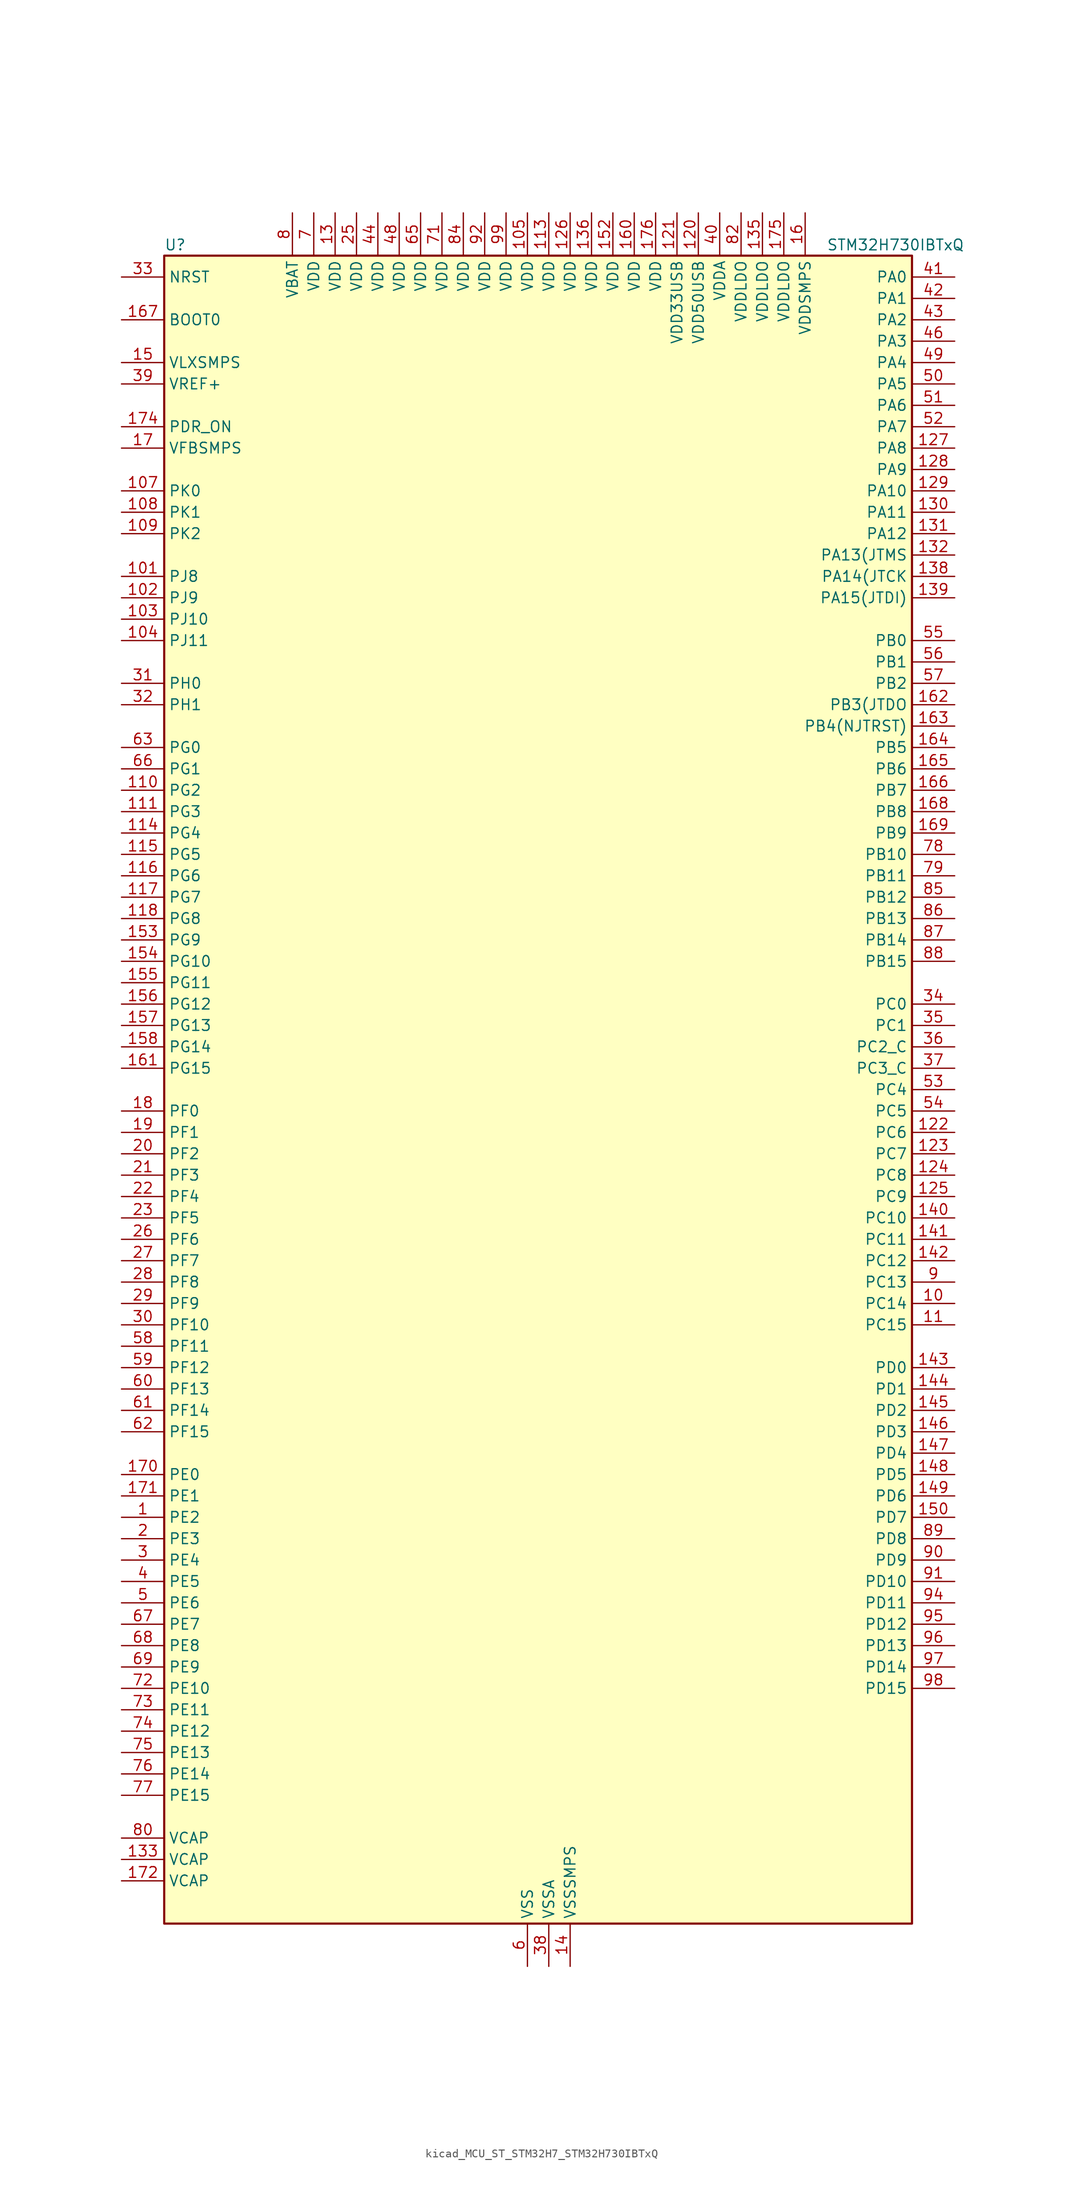
<source format=kicad_sym>
(kicad_symbol_lib
  (version 20220914)
  (generator kicad_symbol_editor)
  (symbol "kicad_MCU_ST_STM32H7_STM32H730IBTxQ"
    (property "Reference" "U"
      (at -43.18 100.33 0)
      (effects (font (size 1.27 1.27)) (justify left)))
    (property "Value" "STM32H730IBTxQ"
      (at 35.56 100.33 0)
      (effects (font (size 1.27 1.27)) (justify left)))
    (property "ki_locked" ""
      (at 0 0 0)
      (effects (font (size 1.27 1.27))))
    (symbol "kicad_MCU_ST_STM32H7_STM32H730IBTxQ_0_1"
      (rectangle (start -43.18 -99.06) (end 45.72 99.06) (stroke (width 0.254) (type default)) (fill (type background))))
    (symbol "kicad_MCU_ST_STM32H7_STM32H730IBTxQ_1_1"
      (pin bidirectional line (at -48.26 -50.8 0) (length 5.08) (name "PE2" (effects (font (size 1.27 1.27)))) (number "1" (effects (font (size 1.27 1.27)))) (alternate "DEBUG_TRACECLK" bidirectional line) (alternate "ETH_TXD3" bidirectional line) (alternate "FMC_A23" bidirectional line) (alternate "OCTOSPIM_P1_IO2" bidirectional line) (alternate "SAI1_CK1" bidirectional line) (alternate "SAI1_MCLK_A" bidirectional line) (alternate "SAI4_CK1" bidirectional line) (alternate "SAI4_MCLK_A" bidirectional line) (alternate "SPI4_SCK" bidirectional line) (alternate "USART10_RX" bidirectional line))
      (pin bidirectional line (at 50.8 -25.4 180) (length 5.08) (name "PC14" (effects (font (size 1.27 1.27)))) (number "10" (effects (font (size 1.27 1.27)))) (alternate "RCC_OSC32_IN" bidirectional line))
      (pin passive line (at 0 -104.14 90) (length 5.08) hide (name "VSS" (effects (font (size 1.27 1.27)))) (number "100" (effects (font (size 1.27 1.27)))))
      (pin bidirectional line (at -48.26 60.96 0) (length 5.08) (name "PJ8" (effects (font (size 1.27 1.27)))) (number "101" (effects (font (size 1.27 1.27)))) (alternate "LTDC_G1" bidirectional line) (alternate "TIM1_CH3N" bidirectional line) (alternate "TIM8_CH1" bidirectional line) (alternate "UART8_TX" bidirectional line))
      (pin bidirectional line (at -48.26 58.42 0) (length 5.08) (name "PJ9" (effects (font (size 1.27 1.27)))) (number "102" (effects (font (size 1.27 1.27)))) (alternate "DAC1_EXTI9" bidirectional line) (alternate "LTDC_G2" bidirectional line) (alternate "TIM1_CH3" bidirectional line) (alternate "TIM8_CH1N" bidirectional line) (alternate "UART8_RX" bidirectional line))
      (pin bidirectional line (at -48.26 55.88 0) (length 5.08) (name "PJ10" (effects (font (size 1.27 1.27)))) (number "103" (effects (font (size 1.27 1.27)))) (alternate "LTDC_G3" bidirectional line) (alternate "SPI5_MOSI" bidirectional line) (alternate "TIM1_CH2N" bidirectional line) (alternate "TIM8_CH2" bidirectional line))
      (pin bidirectional line (at -48.26 53.34 0) (length 5.08) (name "PJ11" (effects (font (size 1.27 1.27)))) (number "104" (effects (font (size 1.27 1.27)))) (alternate "ADC1_EXTI11" bidirectional line) (alternate "ADC2_EXTI11" bidirectional line) (alternate "ADC3_EXTI11" bidirectional line) (alternate "LTDC_G4" bidirectional line) (alternate "SPI5_MISO" bidirectional line) (alternate "TIM1_CH2" bidirectional line) (alternate "TIM8_CH2N" bidirectional line))
      (pin power_in line (at 0 104.14 270) (length 5.08) (name "VDD" (effects (font (size 1.27 1.27)))) (number "105" (effects (font (size 1.27 1.27)))))
      (pin passive line (at 0 -104.14 90) (length 5.08) hide (name "VSS" (effects (font (size 1.27 1.27)))) (number "106" (effects (font (size 1.27 1.27)))))
      (pin bidirectional line (at -48.26 71.12 0) (length 5.08) (name "PK0" (effects (font (size 1.27 1.27)))) (number "107" (effects (font (size 1.27 1.27)))) (alternate "LTDC_G5" bidirectional line) (alternate "SPI5_SCK" bidirectional line) (alternate "TIM1_CH1N" bidirectional line) (alternate "TIM8_CH3" bidirectional line))
      (pin bidirectional line (at -48.26 68.58 0) (length 5.08) (name "PK1" (effects (font (size 1.27 1.27)))) (number "108" (effects (font (size 1.27 1.27)))) (alternate "LTDC_G6" bidirectional line) (alternate "SPI5_NSS" bidirectional line) (alternate "TIM1_CH1" bidirectional line) (alternate "TIM8_CH3N" bidirectional line))
      (pin bidirectional line (at -48.26 66.04 0) (length 5.08) (name "PK2" (effects (font (size 1.27 1.27)))) (number "109" (effects (font (size 1.27 1.27)))) (alternate "LTDC_G7" bidirectional line) (alternate "TIM1_BKIN" bidirectional line) (alternate "TIM1_BKIN_COMP1" bidirectional line) (alternate "TIM1_BKIN_COMP2" bidirectional line) (alternate "TIM8_BKIN" bidirectional line) (alternate "TIM8_BKIN_COMP1" bidirectional line) (alternate "TIM8_BKIN_COMP2" bidirectional line))
      (pin bidirectional line (at 50.8 -27.94 180) (length 5.08) (name "PC15" (effects (font (size 1.27 1.27)))) (number "11" (effects (font (size 1.27 1.27)))) (alternate "ADC1_EXTI15" bidirectional line) (alternate "ADC2_EXTI15" bidirectional line) (alternate "ADC3_EXTI15" bidirectional line) (alternate "RCC_OSC32_OUT" bidirectional line))
      (pin bidirectional line (at -48.26 35.56 0) (length 5.08) (name "PG2" (effects (font (size 1.27 1.27)))) (number "110" (effects (font (size 1.27 1.27)))) (alternate "FMC_A12" bidirectional line) (alternate "TIM24_ETR" bidirectional line) (alternate "TIM8_BKIN" bidirectional line) (alternate "TIM8_BKIN_COMP1" bidirectional line) (alternate "TIM8_BKIN_COMP2" bidirectional line))
      (pin bidirectional line (at -48.26 33.02 0) (length 5.08) (name "PG3" (effects (font (size 1.27 1.27)))) (number "111" (effects (font (size 1.27 1.27)))) (alternate "FMC_A13" bidirectional line) (alternate "TIM23_ETR" bidirectional line) (alternate "TIM8_BKIN2" bidirectional line) (alternate "TIM8_BKIN2_COMP1" bidirectional line) (alternate "TIM8_BKIN2_COMP2" bidirectional line))
      (pin passive line (at 0 -104.14 90) (length 5.08) hide (name "VSS" (effects (font (size 1.27 1.27)))) (number "112" (effects (font (size 1.27 1.27)))))
      (pin power_in line (at 2.54 104.14 270) (length 5.08) (name "VDD" (effects (font (size 1.27 1.27)))) (number "113" (effects (font (size 1.27 1.27)))))
      (pin bidirectional line (at -48.26 30.48 0) (length 5.08) (name "PG4" (effects (font (size 1.27 1.27)))) (number "114" (effects (font (size 1.27 1.27)))) (alternate "FMC_A14" bidirectional line) (alternate "FMC_BA0" bidirectional line) (alternate "TIM1_BKIN2" bidirectional line) (alternate "TIM1_BKIN2_COMP1" bidirectional line) (alternate "TIM1_BKIN2_COMP2" bidirectional line))
      (pin bidirectional line (at -48.26 27.94 0) (length 5.08) (name "PG5" (effects (font (size 1.27 1.27)))) (number "115" (effects (font (size 1.27 1.27)))) (alternate "FMC_A15" bidirectional line) (alternate "FMC_BA1" bidirectional line) (alternate "TIM1_ETR" bidirectional line))
      (pin bidirectional line (at -48.26 25.4 0) (length 5.08) (name "PG6" (effects (font (size 1.27 1.27)))) (number "116" (effects (font (size 1.27 1.27)))) (alternate "DCMI_D12" bidirectional line) (alternate "FMC_NE3" bidirectional line) (alternate "LTDC_R7" bidirectional line) (alternate "OCTOSPIM_P1_NCS" bidirectional line) (alternate "PSSI_D12" bidirectional line) (alternate "TIM17_BKIN" bidirectional line))
      (pin bidirectional line (at -48.26 22.86 0) (length 5.08) (name "PG7" (effects (font (size 1.27 1.27)))) (number "117" (effects (font (size 1.27 1.27)))) (alternate "DCMI_D13" bidirectional line) (alternate "FMC_INT" bidirectional line) (alternate "LTDC_CLK" bidirectional line) (alternate "OCTOSPIM_P2_DQS" bidirectional line) (alternate "PSSI_D13" bidirectional line) (alternate "SAI1_MCLK_A" bidirectional line) (alternate "USART6_CK" bidirectional line))
      (pin bidirectional line (at -48.26 20.32 0) (length 5.08) (name "PG8" (effects (font (size 1.27 1.27)))) (number "118" (effects (font (size 1.27 1.27)))) (alternate "ETH_PPS_OUT" bidirectional line) (alternate "FMC_SDCLK" bidirectional line) (alternate "I2S6_WS" bidirectional line) (alternate "LTDC_G7" bidirectional line) (alternate "SPDIFRX1_IN2" bidirectional line) (alternate "SPI6_NSS" bidirectional line) (alternate "TIM8_ETR" bidirectional line) (alternate "USART6_DE" bidirectional line) (alternate "USART6_RTS" bidirectional line))
      (pin passive line (at 0 -104.14 90) (length 5.08) hide (name "VSS" (effects (font (size 1.27 1.27)))) (number "119" (effects (font (size 1.27 1.27)))))
      (pin passive line (at 0 -104.14 90) (length 5.08) hide (name "VSS" (effects (font (size 1.27 1.27)))) (number "12" (effects (font (size 1.27 1.27)))))
      (pin power_in line (at 20.32 104.14 270) (length 5.08) (name "VDD50USB" (effects (font (size 1.27 1.27)))) (number "120" (effects (font (size 1.27 1.27)))))
      (pin power_in line (at 17.78 104.14 270) (length 5.08) (name "VDD33USB" (effects (font (size 1.27 1.27)))) (number "121" (effects (font (size 1.27 1.27)))))
      (pin bidirectional line (at 50.8 -5.08 180) (length 5.08) (name "PC6" (effects (font (size 1.27 1.27)))) (number "122" (effects (font (size 1.27 1.27)))) (alternate "DCMI_D0" bidirectional line) (alternate "DFSDM1_CKIN3" bidirectional line) (alternate "FMC_NWAIT" bidirectional line) (alternate "I2S2_MCK" bidirectional line) (alternate "LTDC_HSYNC" bidirectional line) (alternate "PSSI_D0" bidirectional line) (alternate "SDMMC1_D0DIR" bidirectional line) (alternate "SDMMC1_D6" bidirectional line) (alternate "SDMMC2_D6" bidirectional line) (alternate "SWPMI1_IO" bidirectional line) (alternate "TIM3_CH1" bidirectional line) (alternate "TIM8_CH1" bidirectional line) (alternate "USART6_TX" bidirectional line))
      (pin bidirectional line (at 50.8 -7.62 180) (length 5.08) (name "PC7" (effects (font (size 1.27 1.27)))) (number "123" (effects (font (size 1.27 1.27)))) (alternate "DCMI_D1" bidirectional line) (alternate "DEBUG_TRGIO" bidirectional line) (alternate "DFSDM1_DATIN3" bidirectional line) (alternate "FMC_NE1" bidirectional line) (alternate "I2S3_MCK" bidirectional line) (alternate "LTDC_G6" bidirectional line) (alternate "PSSI_D1" bidirectional line) (alternate "SDMMC1_D123DIR" bidirectional line) (alternate "SDMMC1_D7" bidirectional line) (alternate "SDMMC2_D7" bidirectional line) (alternate "SWPMI1_TX" bidirectional line) (alternate "TIM3_CH2" bidirectional line) (alternate "TIM8_CH2" bidirectional line) (alternate "USART6_RX" bidirectional line))
      (pin bidirectional line (at 50.8 -10.16 180) (length 5.08) (name "PC8" (effects (font (size 1.27 1.27)))) (number "124" (effects (font (size 1.27 1.27)))) (alternate "DCMI_D2" bidirectional line) (alternate "DEBUG_TRACED1" bidirectional line) (alternate "FMC_INT" bidirectional line) (alternate "FMC_NCE" bidirectional line) (alternate "FMC_NE2" bidirectional line) (alternate "PSSI_D2" bidirectional line) (alternate "SDMMC1_D0" bidirectional line) (alternate "SWPMI1_RX" bidirectional line) (alternate "TIM3_CH3" bidirectional line) (alternate "TIM8_CH3" bidirectional line) (alternate "UART5_DE" bidirectional line) (alternate "UART5_RTS" bidirectional line) (alternate "USART6_CK" bidirectional line))
      (pin bidirectional line (at 50.8 -12.7 180) (length 5.08) (name "PC9" (effects (font (size 1.27 1.27)))) (number "125" (effects (font (size 1.27 1.27)))) (alternate "DAC1_EXTI9" bidirectional line) (alternate "DCMI_D3" bidirectional line) (alternate "I2C3_SDA" bidirectional line) (alternate "I2C5_SDA" bidirectional line) (alternate "I2S_CKIN" bidirectional line) (alternate "LTDC_B2" bidirectional line) (alternate "LTDC_G3" bidirectional line) (alternate "OCTOSPIM_P1_IO0" bidirectional line) (alternate "PSSI_D3" bidirectional line) (alternate "RCC_MCO_2" bidirectional line) (alternate "SDMMC1_D1" bidirectional line) (alternate "SWPMI1_SUSPEND" bidirectional line) (alternate "TIM3_CH4" bidirectional line) (alternate "TIM8_CH4" bidirectional line) (alternate "UART5_CTS" bidirectional line))
      (pin power_in line (at 5.08 104.14 270) (length 5.08) (name "VDD" (effects (font (size 1.27 1.27)))) (number "126" (effects (font (size 1.27 1.27)))))
      (pin bidirectional line (at 50.8 76.2 180) (length 5.08) (name "PA8" (effects (font (size 1.27 1.27)))) (number "127" (effects (font (size 1.27 1.27)))) (alternate "I2C3_SCL" bidirectional line) (alternate "I2C5_SCL" bidirectional line) (alternate "LTDC_B3" bidirectional line) (alternate "LTDC_R6" bidirectional line) (alternate "RCC_MCO_1" bidirectional line) (alternate "TIM1_CH1" bidirectional line) (alternate "TIM8_BKIN2" bidirectional line) (alternate "TIM8_BKIN2_COMP1" bidirectional line) (alternate "TIM8_BKIN2_COMP2" bidirectional line) (alternate "UART7_RX" bidirectional line) (alternate "USART1_CK" bidirectional line) (alternate "USB_OTG_HS_SOF" bidirectional line))
      (pin bidirectional line (at 50.8 73.66 180) (length 5.08) (name "PA9" (effects (font (size 1.27 1.27)))) (number "128" (effects (font (size 1.27 1.27)))) (alternate "DAC1_EXTI9" bidirectional line) (alternate "DCMI_D0" bidirectional line) (alternate "ETH_TX_ER" bidirectional line) (alternate "I2C3_SMBA" bidirectional line) (alternate "I2C5_SMBA" bidirectional line) (alternate "I2S2_CK" bidirectional line) (alternate "LPUART1_TX" bidirectional line) (alternate "LTDC_R5" bidirectional line) (alternate "PSSI_D0" bidirectional line) (alternate "SPI2_SCK" bidirectional line) (alternate "TIM1_CH2" bidirectional line) (alternate "USART1_TX" bidirectional line) (alternate "USB_OTG_HS_VBUS" bidirectional line))
      (pin bidirectional line (at 50.8 71.12 180) (length 5.08) (name "PA10" (effects (font (size 1.27 1.27)))) (number "129" (effects (font (size 1.27 1.27)))) (alternate "DCMI_D1" bidirectional line) (alternate "LPUART1_RX" bidirectional line) (alternate "LTDC_B1" bidirectional line) (alternate "LTDC_B4" bidirectional line) (alternate "MDIOS_MDIO" bidirectional line) (alternate "PSSI_D1" bidirectional line) (alternate "TIM1_CH3" bidirectional line) (alternate "USART1_RX" bidirectional line) (alternate "USB_OTG_HS_ID" bidirectional line))
      (pin power_in line (at -22.86 104.14 270) (length 5.08) (name "VDD" (effects (font (size 1.27 1.27)))) (number "13" (effects (font (size 1.27 1.27)))))
      (pin bidirectional line (at 50.8 68.58 180) (length 5.08) (name "PA11" (effects (font (size 1.27 1.27)))) (number "130" (effects (font (size 1.27 1.27)))) (alternate "ADC1_EXTI11" bidirectional line) (alternate "ADC2_EXTI11" bidirectional line) (alternate "ADC3_EXTI11" bidirectional line) (alternate "FDCAN1_RX" bidirectional line) (alternate "I2S2_WS" bidirectional line) (alternate "LPUART1_CTS" bidirectional line) (alternate "LTDC_R4" bidirectional line) (alternate "SPI2_NSS" bidirectional line) (alternate "TIM1_CH4" bidirectional line) (alternate "UART4_RX" bidirectional line) (alternate "USART1_CTS" bidirectional line) (alternate "USART1_NSS" bidirectional line) (alternate "USB_OTG_HS_DM" bidirectional line))
      (pin bidirectional line (at 50.8 66.04 180) (length 5.08) (name "PA12" (effects (font (size 1.27 1.27)))) (number "131" (effects (font (size 1.27 1.27)))) (alternate "FDCAN1_TX" bidirectional line) (alternate "I2S2_CK" bidirectional line) (alternate "LPUART1_DE" bidirectional line) (alternate "LPUART1_RTS" bidirectional line) (alternate "LTDC_R5" bidirectional line) (alternate "SAI4_FS_B" bidirectional line) (alternate "SPI2_SCK" bidirectional line) (alternate "TIM1_BKIN2" bidirectional line) (alternate "TIM1_ETR" bidirectional line) (alternate "UART4_TX" bidirectional line) (alternate "USART1_DE" bidirectional line) (alternate "USART1_RTS" bidirectional line) (alternate "USB_OTG_HS_DP" bidirectional line))
      (pin bidirectional line (at 50.8 63.5 180) (length 5.08) (name "PA13(JTMS" (effects (font (size 1.27 1.27)))) (number "132" (effects (font (size 1.27 1.27)))) (alternate "DEBUG_JTMS-SWDIO" bidirectional line))
      (pin power_out line (at -48.26 -91.44 0) (length 5.08) (name "VCAP" (effects (font (size 1.27 1.27)))) (number "133" (effects (font (size 1.27 1.27)))))
      (pin passive line (at 0 -104.14 90) (length 5.08) hide (name "VSS" (effects (font (size 1.27 1.27)))) (number "134" (effects (font (size 1.27 1.27)))))
      (pin power_in line (at 27.94 104.14 270) (length 5.08) (name "VDDLDO" (effects (font (size 1.27 1.27)))) (number "135" (effects (font (size 1.27 1.27)))))
      (pin power_in line (at 7.62 104.14 270) (length 5.08) (name "VDD" (effects (font (size 1.27 1.27)))) (number "136" (effects (font (size 1.27 1.27)))))
      (pin passive line (at 0 -104.14 90) (length 5.08) hide (name "VSS" (effects (font (size 1.27 1.27)))) (number "137" (effects (font (size 1.27 1.27)))))
      (pin bidirectional line (at 50.8 60.96 180) (length 5.08) (name "PA14(JTCK" (effects (font (size 1.27 1.27)))) (number "138" (effects (font (size 1.27 1.27)))) (alternate "DEBUG_JTCK-SWCLK" bidirectional line))
      (pin bidirectional line (at 50.8 58.42 180) (length 5.08) (name "PA15(JTDI)" (effects (font (size 1.27 1.27)))) (number "139" (effects (font (size 1.27 1.27)))) (alternate "ADC1_EXTI15" bidirectional line) (alternate "ADC2_EXTI15" bidirectional line) (alternate "ADC3_EXTI15" bidirectional line) (alternate "CEC" bidirectional line) (alternate "DEBUG_JTDI" bidirectional line) (alternate "I2S1_WS" bidirectional line) (alternate "I2S3_WS" bidirectional line) (alternate "I2S6_WS" bidirectional line) (alternate "LTDC_B6" bidirectional line) (alternate "LTDC_R3" bidirectional line) (alternate "SPI1_NSS" bidirectional line) (alternate "SPI3_NSS" bidirectional line) (alternate "SPI6_NSS" bidirectional line) (alternate "TIM2_CH1" bidirectional line) (alternate "TIM2_ETR" bidirectional line) (alternate "UART4_DE" bidirectional line) (alternate "UART4_RTS" bidirectional line) (alternate "UART7_TX" bidirectional line))
      (pin power_in line (at 5.08 -104.14 90) (length 5.08) (name "VSSSMPS" (effects (font (size 1.27 1.27)))) (number "14" (effects (font (size 1.27 1.27)))))
      (pin bidirectional line (at 50.8 -15.24 180) (length 5.08) (name "PC10" (effects (font (size 1.27 1.27)))) (number "140" (effects (font (size 1.27 1.27)))) (alternate "DCMI_D8" bidirectional line) (alternate "DFSDM1_CKIN5" bidirectional line) (alternate "I2C5_SDA" bidirectional line) (alternate "I2S3_CK" bidirectional line) (alternate "LTDC_B1" bidirectional line) (alternate "LTDC_R2" bidirectional line) (alternate "OCTOSPIM_P1_IO1" bidirectional line) (alternate "PSSI_D8" bidirectional line) (alternate "SDMMC1_D2" bidirectional line) (alternate "SPI3_SCK" bidirectional line) (alternate "SWPMI1_RX" bidirectional line) (alternate "UART4_TX" bidirectional line) (alternate "USART3_TX" bidirectional line))
      (pin bidirectional line (at 50.8 -17.78 180) (length 5.08) (name "PC11" (effects (font (size 1.27 1.27)))) (number "141" (effects (font (size 1.27 1.27)))) (alternate "ADC1_EXTI11" bidirectional line) (alternate "ADC2_EXTI11" bidirectional line) (alternate "ADC3_EXTI11" bidirectional line) (alternate "DCMI_D4" bidirectional line) (alternate "DFSDM1_DATIN5" bidirectional line) (alternate "I2C5_SCL" bidirectional line) (alternate "I2S3_SDI" bidirectional line) (alternate "LTDC_B4" bidirectional line) (alternate "OCTOSPIM_P1_NCS" bidirectional line) (alternate "PSSI_D4" bidirectional line) (alternate "SDMMC1_D3" bidirectional line) (alternate "SPI3_MISO" bidirectional line) (alternate "UART4_RX" bidirectional line) (alternate "USART3_RX" bidirectional line))
      (pin bidirectional line (at 50.8 -20.32 180) (length 5.08) (name "PC12" (effects (font (size 1.27 1.27)))) (number "142" (effects (font (size 1.27 1.27)))) (alternate "DCMI_D9" bidirectional line) (alternate "DEBUG_TRACED3" bidirectional line) (alternate "FMC_D6" bidirectional line) (alternate "FMC_DA6" bidirectional line) (alternate "I2C5_SMBA" bidirectional line) (alternate "I2S3_SDO" bidirectional line) (alternate "I2S6_CK" bidirectional line) (alternate "LTDC_R6" bidirectional line) (alternate "PSSI_D9" bidirectional line) (alternate "SDMMC1_CK" bidirectional line) (alternate "SPI3_MOSI" bidirectional line) (alternate "SPI6_SCK" bidirectional line) (alternate "TIM15_CH1" bidirectional line) (alternate "UART5_TX" bidirectional line) (alternate "USART3_CK" bidirectional line))
      (pin bidirectional line (at 50.8 -33.02 180) (length 5.08) (name "PD0" (effects (font (size 1.27 1.27)))) (number "143" (effects (font (size 1.27 1.27)))) (alternate "DFSDM1_CKIN6" bidirectional line) (alternate "FDCAN1_RX" bidirectional line) (alternate "FMC_D2" bidirectional line) (alternate "FMC_DA2" bidirectional line) (alternate "LTDC_B1" bidirectional line) (alternate "UART4_RX" bidirectional line) (alternate "UART9_CTS" bidirectional line))
      (pin bidirectional line (at 50.8 -35.56 180) (length 5.08) (name "PD1" (effects (font (size 1.27 1.27)))) (number "144" (effects (font (size 1.27 1.27)))) (alternate "DFSDM1_DATIN6" bidirectional line) (alternate "FDCAN1_TX" bidirectional line) (alternate "FMC_D3" bidirectional line) (alternate "FMC_DA3" bidirectional line) (alternate "UART4_TX" bidirectional line))
      (pin bidirectional line (at 50.8 -38.1 180) (length 5.08) (name "PD2" (effects (font (size 1.27 1.27)))) (number "145" (effects (font (size 1.27 1.27)))) (alternate "DCMI_D11" bidirectional line) (alternate "DEBUG_TRACED2" bidirectional line) (alternate "FMC_D7" bidirectional line) (alternate "FMC_DA7" bidirectional line) (alternate "LTDC_B2" bidirectional line) (alternate "LTDC_B7" bidirectional line) (alternate "PSSI_D11" bidirectional line) (alternate "SDMMC1_CMD" bidirectional line) (alternate "TIM15_BKIN" bidirectional line) (alternate "TIM3_ETR" bidirectional line) (alternate "UART5_RX" bidirectional line))
      (pin bidirectional line (at 50.8 -40.64 180) (length 5.08) (name "PD3" (effects (font (size 1.27 1.27)))) (number "146" (effects (font (size 1.27 1.27)))) (alternate "DCMI_D5" bidirectional line) (alternate "DFSDM1_CKOUT" bidirectional line) (alternate "FMC_CLK" bidirectional line) (alternate "I2S2_CK" bidirectional line) (alternate "LTDC_G7" bidirectional line) (alternate "PSSI_D5" bidirectional line) (alternate "SPI2_SCK" bidirectional line) (alternate "USART2_CTS" bidirectional line) (alternate "USART2_NSS" bidirectional line))
      (pin bidirectional line (at 50.8 -43.18 180) (length 5.08) (name "PD4" (effects (font (size 1.27 1.27)))) (number "147" (effects (font (size 1.27 1.27)))) (alternate "FMC_NOE" bidirectional line) (alternate "OCTOSPIM_P1_IO4" bidirectional line) (alternate "USART2_DE" bidirectional line) (alternate "USART2_RTS" bidirectional line))
      (pin bidirectional line (at 50.8 -45.72 180) (length 5.08) (name "PD5" (effects (font (size 1.27 1.27)))) (number "148" (effects (font (size 1.27 1.27)))) (alternate "FMC_NWE" bidirectional line) (alternate "OCTOSPIM_P1_IO5" bidirectional line) (alternate "USART2_TX" bidirectional line))
      (pin bidirectional line (at 50.8 -48.26 180) (length 5.08) (name "PD6" (effects (font (size 1.27 1.27)))) (number "149" (effects (font (size 1.27 1.27)))) (alternate "DCMI_D10" bidirectional line) (alternate "DFSDM1_CKIN4" bidirectional line) (alternate "DFSDM1_DATIN1" bidirectional line) (alternate "FMC_NWAIT" bidirectional line) (alternate "I2S3_SDO" bidirectional line) (alternate "LTDC_B2" bidirectional line) (alternate "OCTOSPIM_P1_IO6" bidirectional line) (alternate "PSSI_D10" bidirectional line) (alternate "SAI1_D1" bidirectional line) (alternate "SAI1_SD_A" bidirectional line) (alternate "SAI4_D1" bidirectional line) (alternate "SAI4_SD_A" bidirectional line) (alternate "SDMMC2_CK" bidirectional line) (alternate "SPI3_MOSI" bidirectional line) (alternate "USART2_RX" bidirectional line))
      (pin power_in line (at -48.26 86.36 0) (length 5.08) (name "VLXSMPS" (effects (font (size 1.27 1.27)))) (number "15" (effects (font (size 1.27 1.27)))))
      (pin bidirectional line (at 50.8 -50.8 180) (length 5.08) (name "PD7" (effects (font (size 1.27 1.27)))) (number "150" (effects (font (size 1.27 1.27)))) (alternate "DFSDM1_CKIN1" bidirectional line) (alternate "DFSDM1_DATIN4" bidirectional line) (alternate "FMC_NE1" bidirectional line) (alternate "I2S1_SDO" bidirectional line) (alternate "OCTOSPIM_P1_IO7" bidirectional line) (alternate "SDMMC2_CMD" bidirectional line) (alternate "SPDIFRX1_IN0" bidirectional line) (alternate "SPI1_MOSI" bidirectional line) (alternate "USART2_CK" bidirectional line))
      (pin passive line (at 0 -104.14 90) (length 5.08) hide (name "VSS" (effects (font (size 1.27 1.27)))) (number "151" (effects (font (size 1.27 1.27)))))
      (pin power_in line (at 10.16 104.14 270) (length 5.08) (name "VDD" (effects (font (size 1.27 1.27)))) (number "152" (effects (font (size 1.27 1.27)))))
      (pin bidirectional line (at -48.26 17.78 0) (length 5.08) (name "PG9" (effects (font (size 1.27 1.27)))) (number "153" (effects (font (size 1.27 1.27)))) (alternate "DAC1_EXTI9" bidirectional line) (alternate "DCMI_VSYNC" bidirectional line) (alternate "FDCAN3_TX" bidirectional line) (alternate "FMC_NCE" bidirectional line) (alternate "FMC_NE2" bidirectional line) (alternate "I2S1_SDI" bidirectional line) (alternate "OCTOSPIM_P1_IO6" bidirectional line) (alternate "PSSI_RDY" bidirectional line) (alternate "SAI4_FS_B" bidirectional line) (alternate "SDMMC2_D0" bidirectional line) (alternate "SPDIFRX1_IN3" bidirectional line) (alternate "SPI1_MISO" bidirectional line) (alternate "USART6_RX" bidirectional line))
      (pin bidirectional line (at -48.26 15.24 0) (length 5.08) (name "PG10" (effects (font (size 1.27 1.27)))) (number "154" (effects (font (size 1.27 1.27)))) (alternate "DCMI_D2" bidirectional line) (alternate "FDCAN3_RX" bidirectional line) (alternate "FMC_NE3" bidirectional line) (alternate "I2S1_WS" bidirectional line) (alternate "LTDC_B2" bidirectional line) (alternate "LTDC_G3" bidirectional line) (alternate "OCTOSPIM_P2_IO6" bidirectional line) (alternate "PSSI_D2" bidirectional line) (alternate "SAI4_SD_B" bidirectional line) (alternate "SDMMC2_D1" bidirectional line) (alternate "SPI1_NSS" bidirectional line))
      (pin bidirectional line (at -48.26 12.7 0) (length 5.08) (name "PG11" (effects (font (size 1.27 1.27)))) (number "155" (effects (font (size 1.27 1.27)))) (alternate "ADC1_EXTI11" bidirectional line) (alternate "ADC2_EXTI11" bidirectional line) (alternate "ADC3_EXTI11" bidirectional line) (alternate "DCMI_D3" bidirectional line) (alternate "ETH_TX_EN" bidirectional line) (alternate "I2S1_CK" bidirectional line) (alternate "LPTIM1_IN2" bidirectional line) (alternate "LTDC_B3" bidirectional line) (alternate "OCTOSPIM_P2_IO7" bidirectional line) (alternate "PSSI_D3" bidirectional line) (alternate "SDMMC2_D2" bidirectional line) (alternate "SPDIFRX1_IN0" bidirectional line) (alternate "SPI1_SCK" bidirectional line) (alternate "USART10_RX" bidirectional line))
      (pin bidirectional line (at -48.26 10.16 0) (length 5.08) (name "PG12" (effects (font (size 1.27 1.27)))) (number "156" (effects (font (size 1.27 1.27)))) (alternate "ETH_TXD1" bidirectional line) (alternate "FMC_NE4" bidirectional line) (alternate "I2S6_SDI" bidirectional line) (alternate "LPTIM1_IN1" bidirectional line) (alternate "LTDC_B1" bidirectional line) (alternate "LTDC_B4" bidirectional line) (alternate "OCTOSPIM_P2_NCS" bidirectional line) (alternate "SDMMC2_D3" bidirectional line) (alternate "SPDIFRX1_IN1" bidirectional line) (alternate "SPI6_MISO" bidirectional line) (alternate "TIM23_CH1" bidirectional line) (alternate "USART10_TX" bidirectional line) (alternate "USART6_DE" bidirectional line) (alternate "USART6_RTS" bidirectional line))
      (pin bidirectional line (at -48.26 7.62 0) (length 5.08) (name "PG13" (effects (font (size 1.27 1.27)))) (number "157" (effects (font (size 1.27 1.27)))) (alternate "DEBUG_TRACED0" bidirectional line) (alternate "ETH_TXD0" bidirectional line) (alternate "FMC_A24" bidirectional line) (alternate "I2S6_CK" bidirectional line) (alternate "LPTIM1_OUT" bidirectional line) (alternate "LTDC_R0" bidirectional line) (alternate "SDMMC2_D6" bidirectional line) (alternate "SPI6_SCK" bidirectional line) (alternate "TIM23_CH2" bidirectional line) (alternate "USART10_CTS" bidirectional line) (alternate "USART10_NSS" bidirectional line) (alternate "USART6_CTS" bidirectional line) (alternate "USART6_NSS" bidirectional line))
      (pin bidirectional line (at -48.26 5.08 0) (length 5.08) (name "PG14" (effects (font (size 1.27 1.27)))) (number "158" (effects (font (size 1.27 1.27)))) (alternate "DEBUG_TRACED1" bidirectional line) (alternate "ETH_TXD1" bidirectional line) (alternate "FMC_A25" bidirectional line) (alternate "I2S6_SDO" bidirectional line) (alternate "LPTIM1_ETR" bidirectional line) (alternate "LTDC_B0" bidirectional line) (alternate "OCTOSPIM_P1_IO7" bidirectional line) (alternate "SDMMC2_D7" bidirectional line) (alternate "SPI6_MOSI" bidirectional line) (alternate "TIM23_CH3" bidirectional line) (alternate "USART10_DE" bidirectional line) (alternate "USART10_RTS" bidirectional line) (alternate "USART6_TX" bidirectional line))
      (pin passive line (at 0 -104.14 90) (length 5.08) hide (name "VSS" (effects (font (size 1.27 1.27)))) (number "159" (effects (font (size 1.27 1.27)))))
      (pin power_in line (at 33.02 104.14 270) (length 5.08) (name "VDDSMPS" (effects (font (size 1.27 1.27)))) (number "16" (effects (font (size 1.27 1.27)))))
      (pin power_in line (at 12.7 104.14 270) (length 5.08) (name "VDD" (effects (font (size 1.27 1.27)))) (number "160" (effects (font (size 1.27 1.27)))))
      (pin bidirectional line (at -48.26 2.54 0) (length 5.08) (name "PG15" (effects (font (size 1.27 1.27)))) (number "161" (effects (font (size 1.27 1.27)))) (alternate "ADC1_EXTI15" bidirectional line) (alternate "ADC2_EXTI15" bidirectional line) (alternate "ADC3_EXTI15" bidirectional line) (alternate "DCMI_D13" bidirectional line) (alternate "FMC_SDNCAS" bidirectional line) (alternate "OCTOSPIM_P2_DQS" bidirectional line) (alternate "PSSI_D13" bidirectional line) (alternate "USART10_CK" bidirectional line) (alternate "USART6_CTS" bidirectional line) (alternate "USART6_NSS" bidirectional line))
      (pin bidirectional line (at 50.8 45.72 180) (length 5.08) (name "PB3(JTDO" (effects (font (size 1.27 1.27)))) (number "162" (effects (font (size 1.27 1.27)))) (alternate "CRS_SYNC" bidirectional line) (alternate "DEBUG_JTDO-SWO" bidirectional line) (alternate "I2S1_CK" bidirectional line) (alternate "I2S3_CK" bidirectional line) (alternate "I2S6_CK" bidirectional line) (alternate "SDMMC2_D2" bidirectional line) (alternate "SPI1_SCK" bidirectional line) (alternate "SPI3_SCK" bidirectional line) (alternate "SPI6_SCK" bidirectional line) (alternate "TIM24_ETR" bidirectional line) (alternate "TIM2_CH2" bidirectional line) (alternate "UART7_RX" bidirectional line))
      (pin bidirectional line (at 50.8 43.18 180) (length 5.08) (name "PB4(NJTRST)" (effects (font (size 1.27 1.27)))) (number "163" (effects (font (size 1.27 1.27)))) (alternate "DEBUG_JTRST" bidirectional line) (alternate "I2S1_SDI" bidirectional line) (alternate "I2S2_WS" bidirectional line) (alternate "I2S3_SDI" bidirectional line) (alternate "I2S6_SDI" bidirectional line) (alternate "SDMMC2_D3" bidirectional line) (alternate "SPI1_MISO" bidirectional line) (alternate "SPI2_NSS" bidirectional line) (alternate "SPI3_MISO" bidirectional line) (alternate "SPI6_MISO" bidirectional line) (alternate "TIM16_BKIN" bidirectional line) (alternate "TIM3_CH1" bidirectional line) (alternate "UART7_TX" bidirectional line))
      (pin bidirectional line (at 50.8 40.64 180) (length 5.08) (name "PB5" (effects (font (size 1.27 1.27)))) (number "164" (effects (font (size 1.27 1.27)))) (alternate "DCMI_D10" bidirectional line) (alternate "ETH_PPS_OUT" bidirectional line) (alternate "FDCAN2_RX" bidirectional line) (alternate "FMC_SDCKE1" bidirectional line) (alternate "I2C1_SMBA" bidirectional line) (alternate "I2C4_SMBA" bidirectional line) (alternate "I2S1_SDO" bidirectional line) (alternate "I2S3_SDO" bidirectional line) (alternate "I2S6_SDO" bidirectional line) (alternate "LTDC_B5" bidirectional line) (alternate "PSSI_D10" bidirectional line) (alternate "SPI1_MOSI" bidirectional line) (alternate "SPI3_MOSI" bidirectional line) (alternate "SPI6_MOSI" bidirectional line) (alternate "TIM17_BKIN" bidirectional line) (alternate "TIM3_CH2" bidirectional line) (alternate "UART5_RX" bidirectional line) (alternate "USB_OTG_HS_ULPI_D7" bidirectional line))
      (pin bidirectional line (at 50.8 38.1 180) (length 5.08) (name "PB6" (effects (font (size 1.27 1.27)))) (number "165" (effects (font (size 1.27 1.27)))) (alternate "CEC" bidirectional line) (alternate "DCMI_D5" bidirectional line) (alternate "DFSDM1_DATIN5" bidirectional line) (alternate "FDCAN2_TX" bidirectional line) (alternate "FMC_SDNE1" bidirectional line) (alternate "I2C1_SCL" bidirectional line) (alternate "I2C4_SCL" bidirectional line) (alternate "LPUART1_TX" bidirectional line) (alternate "OCTOSPIM_P1_NCS" bidirectional line) (alternate "PSSI_D5" bidirectional line) (alternate "TIM16_CH1N" bidirectional line) (alternate "TIM4_CH1" bidirectional line) (alternate "UART5_TX" bidirectional line) (alternate "USART1_TX" bidirectional line))
      (pin bidirectional line (at 50.8 35.56 180) (length 5.08) (name "PB7" (effects (font (size 1.27 1.27)))) (number "166" (effects (font (size 1.27 1.27)))) (alternate "DCMI_VSYNC" bidirectional line) (alternate "DFSDM1_CKIN5" bidirectional line) (alternate "FMC_NL" bidirectional line) (alternate "I2C1_SDA" bidirectional line) (alternate "I2C4_SDA" bidirectional line) (alternate "LPUART1_RX" bidirectional line) (alternate "PSSI_RDY" bidirectional line) (alternate "PWR_PVD_IN" bidirectional line) (alternate "TIM17_CH1N" bidirectional line) (alternate "TIM4_CH2" bidirectional line) (alternate "USART1_RX" bidirectional line))
      (pin input line (at -48.26 91.44 0) (length 5.08) (name "BOOT0" (effects (font (size 1.27 1.27)))) (number "167" (effects (font (size 1.27 1.27)))))
      (pin bidirectional line (at 50.8 33.02 180) (length 5.08) (name "PB8" (effects (font (size 1.27 1.27)))) (number "168" (effects (font (size 1.27 1.27)))) (alternate "DCMI_D6" bidirectional line) (alternate "DFSDM1_CKIN7" bidirectional line) (alternate "ETH_TXD3" bidirectional line) (alternate "FDCAN1_RX" bidirectional line) (alternate "I2C1_SCL" bidirectional line) (alternate "I2C4_SCL" bidirectional line) (alternate "LTDC_B6" bidirectional line) (alternate "PSSI_D6" bidirectional line) (alternate "SDMMC1_CKIN" bidirectional line) (alternate "SDMMC1_D4" bidirectional line) (alternate "SDMMC2_D4" bidirectional line) (alternate "TIM16_CH1" bidirectional line) (alternate "TIM4_CH3" bidirectional line) (alternate "UART4_RX" bidirectional line))
      (pin bidirectional line (at 50.8 30.48 180) (length 5.08) (name "PB9" (effects (font (size 1.27 1.27)))) (number "169" (effects (font (size 1.27 1.27)))) (alternate "DAC1_EXTI9" bidirectional line) (alternate "DCMI_D7" bidirectional line) (alternate "DFSDM1_DATIN7" bidirectional line) (alternate "FDCAN1_TX" bidirectional line) (alternate "I2C1_SDA" bidirectional line) (alternate "I2C4_SDA" bidirectional line) (alternate "I2C4_SMBA" bidirectional line) (alternate "I2S2_WS" bidirectional line) (alternate "LTDC_B7" bidirectional line) (alternate "PSSI_D7" bidirectional line) (alternate "SDMMC1_CDIR" bidirectional line) (alternate "SDMMC1_D5" bidirectional line) (alternate "SDMMC2_D5" bidirectional line) (alternate "SPI2_NSS" bidirectional line) (alternate "TIM17_CH1" bidirectional line) (alternate "TIM4_CH4" bidirectional line) (alternate "UART4_TX" bidirectional line))
      (pin input line (at -48.26 76.2 0) (length 5.08) (name "VFBSMPS" (effects (font (size 1.27 1.27)))) (number "17" (effects (font (size 1.27 1.27)))))
      (pin bidirectional line (at -48.26 -45.72 0) (length 5.08) (name "PE0" (effects (font (size 1.27 1.27)))) (number "170" (effects (font (size 1.27 1.27)))) (alternate "DCMI_D2" bidirectional line) (alternate "FMC_NBL0" bidirectional line) (alternate "LPTIM1_ETR" bidirectional line) (alternate "LPTIM2_ETR" bidirectional line) (alternate "LTDC_R0" bidirectional line) (alternate "PSSI_D2" bidirectional line) (alternate "SAI4_MCLK_A" bidirectional line) (alternate "TIM4_ETR" bidirectional line) (alternate "UART8_RX" bidirectional line))
      (pin bidirectional line (at -48.26 -48.26 0) (length 5.08) (name "PE1" (effects (font (size 1.27 1.27)))) (number "171" (effects (font (size 1.27 1.27)))) (alternate "DCMI_D3" bidirectional line) (alternate "FMC_NBL1" bidirectional line) (alternate "LPTIM1_IN2" bidirectional line) (alternate "LTDC_R6" bidirectional line) (alternate "PSSI_D3" bidirectional line) (alternate "UART8_TX" bidirectional line))
      (pin power_out line (at -48.26 -93.98 0) (length 5.08) (name "VCAP" (effects (font (size 1.27 1.27)))) (number "172" (effects (font (size 1.27 1.27)))))
      (pin passive line (at 0 -104.14 90) (length 5.08) hide (name "VSS" (effects (font (size 1.27 1.27)))) (number "173" (effects (font (size 1.27 1.27)))))
      (pin input line (at -48.26 78.74 0) (length 5.08) (name "PDR_ON" (effects (font (size 1.27 1.27)))) (number "174" (effects (font (size 1.27 1.27)))))
      (pin power_in line (at 30.48 104.14 270) (length 5.08) (name "VDDLDO" (effects (font (size 1.27 1.27)))) (number "175" (effects (font (size 1.27 1.27)))))
      (pin power_in line (at 15.24 104.14 270) (length 5.08) (name "VDD" (effects (font (size 1.27 1.27)))) (number "176" (effects (font (size 1.27 1.27)))))
      (pin bidirectional line (at -48.26 -2.54 0) (length 5.08) (name "PF0" (effects (font (size 1.27 1.27)))) (number "18" (effects (font (size 1.27 1.27)))) (alternate "FMC_A0" bidirectional line) (alternate "I2C2_SDA" bidirectional line) (alternate "I2C5_SDA" bidirectional line) (alternate "OCTOSPIM_P2_IO0" bidirectional line) (alternate "TIM23_CH1" bidirectional line))
      (pin bidirectional line (at -48.26 -5.08 0) (length 5.08) (name "PF1" (effects (font (size 1.27 1.27)))) (number "19" (effects (font (size 1.27 1.27)))) (alternate "FMC_A1" bidirectional line) (alternate "I2C2_SCL" bidirectional line) (alternate "I2C5_SCL" bidirectional line) (alternate "OCTOSPIM_P2_IO1" bidirectional line) (alternate "TIM23_CH2" bidirectional line))
      (pin bidirectional line (at -48.26 -53.34 0) (length 5.08) (name "PE3" (effects (font (size 1.27 1.27)))) (number "2" (effects (font (size 1.27 1.27)))) (alternate "DEBUG_TRACED0" bidirectional line) (alternate "FMC_A19" bidirectional line) (alternate "SAI1_SD_B" bidirectional line) (alternate "SAI4_SD_B" bidirectional line) (alternate "TIM15_BKIN" bidirectional line) (alternate "USART10_TX" bidirectional line))
      (pin bidirectional line (at -48.26 -7.62 0) (length 5.08) (name "PF2" (effects (font (size 1.27 1.27)))) (number "20" (effects (font (size 1.27 1.27)))) (alternate "FMC_A2" bidirectional line) (alternate "I2C2_SMBA" bidirectional line) (alternate "I2C5_SMBA" bidirectional line) (alternate "OCTOSPIM_P2_IO2" bidirectional line) (alternate "TIM23_CH3" bidirectional line))
      (pin bidirectional line (at -48.26 -10.16 0) (length 5.08) (name "PF3" (effects (font (size 1.27 1.27)))) (number "21" (effects (font (size 1.27 1.27)))) (alternate "ADC3_INP5" bidirectional line) (alternate "FMC_A3" bidirectional line) (alternate "OCTOSPIM_P2_IO3" bidirectional line) (alternate "TIM23_CH4" bidirectional line))
      (pin bidirectional line (at -48.26 -12.7 0) (length 5.08) (name "PF4" (effects (font (size 1.27 1.27)))) (number "22" (effects (font (size 1.27 1.27)))) (alternate "ADC3_INN5" bidirectional line) (alternate "ADC3_INP9" bidirectional line) (alternate "FMC_A4" bidirectional line) (alternate "OCTOSPIM_P2_CLK" bidirectional line))
      (pin bidirectional line (at -48.26 -15.24 0) (length 5.08) (name "PF5" (effects (font (size 1.27 1.27)))) (number "23" (effects (font (size 1.27 1.27)))) (alternate "ADC3_INP4" bidirectional line) (alternate "FMC_A5" bidirectional line) (alternate "OCTOSPIM_P2_NCLK" bidirectional line))
      (pin passive line (at 0 -104.14 90) (length 5.08) hide (name "VSS" (effects (font (size 1.27 1.27)))) (number "24" (effects (font (size 1.27 1.27)))))
      (pin power_in line (at -20.32 104.14 270) (length 5.08) (name "VDD" (effects (font (size 1.27 1.27)))) (number "25" (effects (font (size 1.27 1.27)))))
      (pin bidirectional line (at -48.26 -17.78 0) (length 5.08) (name "PF6" (effects (font (size 1.27 1.27)))) (number "26" (effects (font (size 1.27 1.27)))) (alternate "ADC3_INN4" bidirectional line) (alternate "ADC3_INP8" bidirectional line) (alternate "FDCAN3_RX" bidirectional line) (alternate "OCTOSPIM_P1_IO3" bidirectional line) (alternate "SAI1_SD_B" bidirectional line) (alternate "SAI4_SD_B" bidirectional line) (alternate "SPI5_NSS" bidirectional line) (alternate "TIM16_CH1" bidirectional line) (alternate "TIM23_CH1" bidirectional line) (alternate "UART7_RX" bidirectional line))
      (pin bidirectional line (at -48.26 -20.32 0) (length 5.08) (name "PF7" (effects (font (size 1.27 1.27)))) (number "27" (effects (font (size 1.27 1.27)))) (alternate "ADC3_INP3" bidirectional line) (alternate "FDCAN3_TX" bidirectional line) (alternate "OCTOSPIM_P1_IO2" bidirectional line) (alternate "SAI1_MCLK_B" bidirectional line) (alternate "SAI4_MCLK_B" bidirectional line) (alternate "SPI5_SCK" bidirectional line) (alternate "TIM17_CH1" bidirectional line) (alternate "TIM23_CH2" bidirectional line) (alternate "UART7_TX" bidirectional line))
      (pin bidirectional line (at -48.26 -22.86 0) (length 5.08) (name "PF8" (effects (font (size 1.27 1.27)))) (number "28" (effects (font (size 1.27 1.27)))) (alternate "ADC3_INN3" bidirectional line) (alternate "ADC3_INP7" bidirectional line) (alternate "OCTOSPIM_P1_IO0" bidirectional line) (alternate "SAI1_SCK_B" bidirectional line) (alternate "SAI4_SCK_B" bidirectional line) (alternate "SPI5_MISO" bidirectional line) (alternate "TIM13_CH1" bidirectional line) (alternate "TIM16_CH1N" bidirectional line) (alternate "TIM23_CH3" bidirectional line) (alternate "UART7_DE" bidirectional line) (alternate "UART7_RTS" bidirectional line))
      (pin bidirectional line (at -48.26 -25.4 0) (length 5.08) (name "PF9" (effects (font (size 1.27 1.27)))) (number "29" (effects (font (size 1.27 1.27)))) (alternate "ADC3_INP2" bidirectional line) (alternate "DAC1_EXTI9" bidirectional line) (alternate "OCTOSPIM_P1_IO1" bidirectional line) (alternate "SAI1_FS_B" bidirectional line) (alternate "SAI4_FS_B" bidirectional line) (alternate "SPI5_MOSI" bidirectional line) (alternate "TIM14_CH1" bidirectional line) (alternate "TIM17_CH1N" bidirectional line) (alternate "TIM23_CH4" bidirectional line) (alternate "UART7_CTS" bidirectional line))
      (pin bidirectional line (at -48.26 -55.88 0) (length 5.08) (name "PE4" (effects (font (size 1.27 1.27)))) (number "3" (effects (font (size 1.27 1.27)))) (alternate "DCMI_D4" bidirectional line) (alternate "DEBUG_TRACED1" bidirectional line) (alternate "DFSDM1_DATIN3" bidirectional line) (alternate "FMC_A20" bidirectional line) (alternate "LTDC_B0" bidirectional line) (alternate "PSSI_D4" bidirectional line) (alternate "SAI1_D2" bidirectional line) (alternate "SAI1_FS_A" bidirectional line) (alternate "SAI4_D2" bidirectional line) (alternate "SAI4_FS_A" bidirectional line) (alternate "SPI4_NSS" bidirectional line) (alternate "TIM15_CH1N" bidirectional line))
      (pin bidirectional line (at -48.26 -27.94 0) (length 5.08) (name "PF10" (effects (font (size 1.27 1.27)))) (number "30" (effects (font (size 1.27 1.27)))) (alternate "ADC3_INN2" bidirectional line) (alternate "ADC3_INP6" bidirectional line) (alternate "DCMI_D11" bidirectional line) (alternate "LTDC_DE" bidirectional line) (alternate "OCTOSPIM_P1_CLK" bidirectional line) (alternate "PSSI_D11" bidirectional line) (alternate "PSSI_D15" bidirectional line) (alternate "SAI1_D3" bidirectional line) (alternate "SAI4_D3" bidirectional line) (alternate "TIM16_BKIN" bidirectional line))
      (pin bidirectional line (at -48.26 48.26 0) (length 5.08) (name "PH0" (effects (font (size 1.27 1.27)))) (number "31" (effects (font (size 1.27 1.27)))) (alternate "RCC_OSC_IN" bidirectional line))
      (pin bidirectional line (at -48.26 45.72 0) (length 5.08) (name "PH1" (effects (font (size 1.27 1.27)))) (number "32" (effects (font (size 1.27 1.27)))) (alternate "RCC_OSC_OUT" bidirectional line))
      (pin input line (at -48.26 96.52 0) (length 5.08) (name "NRST" (effects (font (size 1.27 1.27)))) (number "33" (effects (font (size 1.27 1.27)))))
      (pin bidirectional line (at 50.8 10.16 180) (length 5.08) (name "PC0" (effects (font (size 1.27 1.27)))) (number "34" (effects (font (size 1.27 1.27)))) (alternate "ADC1_INP10" bidirectional line) (alternate "ADC2_INP10" bidirectional line) (alternate "ADC3_INP10" bidirectional line) (alternate "DFSDM1_CKIN0" bidirectional line) (alternate "DFSDM1_DATIN4" bidirectional line) (alternate "FMC_A25" bidirectional line) (alternate "FMC_D12" bidirectional line) (alternate "FMC_DA12" bidirectional line) (alternate "FMC_SDNWE" bidirectional line) (alternate "LTDC_G2" bidirectional line) (alternate "LTDC_R5" bidirectional line) (alternate "SAI4_FS_B" bidirectional line) (alternate "USB_OTG_HS_ULPI_STP" bidirectional line))
      (pin bidirectional line (at 50.8 7.62 180) (length 5.08) (name "PC1" (effects (font (size 1.27 1.27)))) (number "35" (effects (font (size 1.27 1.27)))) (alternate "ADC1_INN10" bidirectional line) (alternate "ADC1_INP11" bidirectional line) (alternate "ADC2_INN10" bidirectional line) (alternate "ADC2_INP11" bidirectional line) (alternate "ADC3_INN10" bidirectional line) (alternate "ADC3_INP11" bidirectional line) (alternate "DEBUG_TRACED0" bidirectional line) (alternate "DFSDM1_CKIN4" bidirectional line) (alternate "DFSDM1_DATIN0" bidirectional line) (alternate "ETH_MDC" bidirectional line) (alternate "I2S2_SDO" bidirectional line) (alternate "LTDC_G5" bidirectional line) (alternate "MDIOS_MDC" bidirectional line) (alternate "OCTOSPIM_P1_IO4" bidirectional line) (alternate "PWR_WKUP6" bidirectional line) (alternate "RTC_TAMP3" bidirectional line) (alternate "SAI1_D1" bidirectional line) (alternate "SAI1_SD_A" bidirectional line) (alternate "SAI4_D1" bidirectional line) (alternate "SAI4_SD_A" bidirectional line) (alternate "SDMMC2_CK" bidirectional line) (alternate "SPI2_MOSI" bidirectional line))
      (pin bidirectional line (at 50.8 5.08 180) (length 5.08) (name "PC2_C" (effects (font (size 1.27 1.27)))) (number "36" (effects (font (size 1.27 1.27)))) (alternate "ADC3_INN1" bidirectional line) (alternate "ADC3_INP0" bidirectional line) (alternate "DFSDM1_CKIN1" bidirectional line) (alternate "DFSDM1_CKOUT" bidirectional line) (alternate "ETH_TXD2" bidirectional line) (alternate "FMC_SDNE0" bidirectional line) (alternate "I2S2_SDI" bidirectional line) (alternate "OCTOSPIM_P1_IO2" bidirectional line) (alternate "OCTOSPIM_P1_IO5" bidirectional line) (alternate "PWR_CSTOP" bidirectional line) (alternate "SPI2_MISO" bidirectional line) (alternate "USB_OTG_HS_ULPI_DIR" bidirectional line))
      (pin bidirectional line (at 50.8 2.54 180) (length 5.08) (name "PC3_C" (effects (font (size 1.27 1.27)))) (number "37" (effects (font (size 1.27 1.27)))) (alternate "ADC3_INP1" bidirectional line) (alternate "DFSDM1_DATIN1" bidirectional line) (alternate "ETH_TX_CLK" bidirectional line) (alternate "FMC_SDCKE0" bidirectional line) (alternate "I2S2_SDO" bidirectional line) (alternate "OCTOSPIM_P1_IO0" bidirectional line) (alternate "OCTOSPIM_P1_IO6" bidirectional line) (alternate "PWR_CSLEEP" bidirectional line) (alternate "SPI2_MOSI" bidirectional line) (alternate "USB_OTG_HS_ULPI_NXT" bidirectional line))
      (pin power_in line (at 2.54 -104.14 90) (length 5.08) (name "VSSA" (effects (font (size 1.27 1.27)))) (number "38" (effects (font (size 1.27 1.27)))))
      (pin input line (at -48.26 83.82 0) (length 5.08) (name "VREF+" (effects (font (size 1.27 1.27)))) (number "39" (effects (font (size 1.27 1.27)))) (alternate "VREFBUF_OUT" bidirectional line))
      (pin bidirectional line (at -48.26 -58.42 0) (length 5.08) (name "PE5" (effects (font (size 1.27 1.27)))) (number "4" (effects (font (size 1.27 1.27)))) (alternate "DCMI_D6" bidirectional line) (alternate "DEBUG_TRACED2" bidirectional line) (alternate "DFSDM1_CKIN3" bidirectional line) (alternate "FMC_A21" bidirectional line) (alternate "LTDC_G0" bidirectional line) (alternate "PSSI_D6" bidirectional line) (alternate "SAI1_CK2" bidirectional line) (alternate "SAI1_SCK_A" bidirectional line) (alternate "SAI4_CK2" bidirectional line) (alternate "SAI4_SCK_A" bidirectional line) (alternate "SPI4_MISO" bidirectional line) (alternate "TIM15_CH1" bidirectional line))
      (pin power_in line (at 22.86 104.14 270) (length 5.08) (name "VDDA" (effects (font (size 1.27 1.27)))) (number "40" (effects (font (size 1.27 1.27)))))
      (pin bidirectional line (at 50.8 96.52 180) (length 5.08) (name "PA0" (effects (font (size 1.27 1.27)))) (number "41" (effects (font (size 1.27 1.27)))) (alternate "ADC1_INP16" bidirectional line) (alternate "ETH_CRS" bidirectional line) (alternate "FMC_A19" bidirectional line) (alternate "I2S6_WS" bidirectional line) (alternate "PWR_WKUP1" bidirectional line) (alternate "SAI4_SD_B" bidirectional line) (alternate "SDMMC2_CMD" bidirectional line) (alternate "SPI6_NSS" bidirectional line) (alternate "TIM15_BKIN" bidirectional line) (alternate "TIM2_CH1" bidirectional line) (alternate "TIM2_ETR" bidirectional line) (alternate "TIM5_CH1" bidirectional line) (alternate "TIM8_ETR" bidirectional line) (alternate "UART4_TX" bidirectional line) (alternate "USART2_CTS" bidirectional line) (alternate "USART2_NSS" bidirectional line))
      (pin bidirectional line (at 50.8 93.98 180) (length 5.08) (name "PA1" (effects (font (size 1.27 1.27)))) (number "42" (effects (font (size 1.27 1.27)))) (alternate "ADC1_INN16" bidirectional line) (alternate "ADC1_INP17" bidirectional line) (alternate "ETH_REF_CLK" bidirectional line) (alternate "ETH_RX_CLK" bidirectional line) (alternate "LPTIM3_OUT" bidirectional line) (alternate "LTDC_R2" bidirectional line) (alternate "OCTOSPIM_P1_DQS" bidirectional line) (alternate "OCTOSPIM_P1_IO3" bidirectional line) (alternate "SAI4_MCLK_B" bidirectional line) (alternate "TIM15_CH1N" bidirectional line) (alternate "TIM2_CH2" bidirectional line) (alternate "TIM5_CH2" bidirectional line) (alternate "UART4_RX" bidirectional line) (alternate "USART2_DE" bidirectional line) (alternate "USART2_RTS" bidirectional line))
      (pin bidirectional line (at 50.8 91.44 180) (length 5.08) (name "PA2" (effects (font (size 1.27 1.27)))) (number "43" (effects (font (size 1.27 1.27)))) (alternate "ADC1_INP14" bidirectional line) (alternate "ADC2_INP14" bidirectional line) (alternate "ETH_MDIO" bidirectional line) (alternate "LPTIM4_OUT" bidirectional line) (alternate "LTDC_R1" bidirectional line) (alternate "MDIOS_MDIO" bidirectional line) (alternate "OCTOSPIM_P1_IO0" bidirectional line) (alternate "PWR_WKUP2" bidirectional line) (alternate "SAI4_SCK_B" bidirectional line) (alternate "TIM15_CH1" bidirectional line) (alternate "TIM2_CH3" bidirectional line) (alternate "TIM5_CH3" bidirectional line) (alternate "USART2_TX" bidirectional line))
      (pin power_in line (at -17.78 104.14 270) (length 5.08) (name "VDD" (effects (font (size 1.27 1.27)))) (number "44" (effects (font (size 1.27 1.27)))))
      (pin passive line (at 0 -104.14 90) (length 5.08) hide (name "VSS" (effects (font (size 1.27 1.27)))) (number "45" (effects (font (size 1.27 1.27)))))
      (pin bidirectional line (at 50.8 88.9 180) (length 5.08) (name "PA3" (effects (font (size 1.27 1.27)))) (number "46" (effects (font (size 1.27 1.27)))) (alternate "ADC1_INP15" bidirectional line) (alternate "ADC2_INP15" bidirectional line) (alternate "ETH_COL" bidirectional line) (alternate "I2S6_MCK" bidirectional line) (alternate "LPTIM5_OUT" bidirectional line) (alternate "LTDC_B2" bidirectional line) (alternate "LTDC_B5" bidirectional line) (alternate "OCTOSPIM_P1_CLK" bidirectional line) (alternate "OCTOSPIM_P1_IO2" bidirectional line) (alternate "TIM15_CH2" bidirectional line) (alternate "TIM2_CH4" bidirectional line) (alternate "TIM5_CH4" bidirectional line) (alternate "USART2_RX" bidirectional line) (alternate "USB_OTG_HS_ULPI_D0" bidirectional line))
      (pin passive line (at 0 -104.14 90) (length 5.08) hide (name "VSS" (effects (font (size 1.27 1.27)))) (number "47" (effects (font (size 1.27 1.27)))))
      (pin power_in line (at -15.24 104.14 270) (length 5.08) (name "VDD" (effects (font (size 1.27 1.27)))) (number "48" (effects (font (size 1.27 1.27)))))
      (pin bidirectional line (at 50.8 86.36 180) (length 5.08) (name "PA4" (effects (font (size 1.27 1.27)))) (number "49" (effects (font (size 1.27 1.27)))) (alternate "ADC1_INP18" bidirectional line) (alternate "ADC2_INP18" bidirectional line) (alternate "DAC1_OUT1" bidirectional line) (alternate "DCMI_HSYNC" bidirectional line) (alternate "FMC_D8" bidirectional line) (alternate "FMC_DA8" bidirectional line) (alternate "I2S1_WS" bidirectional line) (alternate "I2S3_WS" bidirectional line) (alternate "I2S6_WS" bidirectional line) (alternate "LTDC_VSYNC" bidirectional line) (alternate "PSSI_DE" bidirectional line) (alternate "SPI1_NSS" bidirectional line) (alternate "SPI3_NSS" bidirectional line) (alternate "SPI6_NSS" bidirectional line) (alternate "TIM5_ETR" bidirectional line) (alternate "USART2_CK" bidirectional line))
      (pin bidirectional line (at -48.26 -60.96 0) (length 5.08) (name "PE6" (effects (font (size 1.27 1.27)))) (number "5" (effects (font (size 1.27 1.27)))) (alternate "DCMI_D7" bidirectional line) (alternate "DEBUG_TRACED3" bidirectional line) (alternate "FMC_A22" bidirectional line) (alternate "LTDC_G1" bidirectional line) (alternate "PSSI_D7" bidirectional line) (alternate "SAI1_D1" bidirectional line) (alternate "SAI1_SD_A" bidirectional line) (alternate "SAI4_D1" bidirectional line) (alternate "SAI4_MCLK_B" bidirectional line) (alternate "SAI4_SD_A" bidirectional line) (alternate "SPI4_MOSI" bidirectional line) (alternate "TIM15_CH2" bidirectional line) (alternate "TIM1_BKIN2" bidirectional line) (alternate "TIM1_BKIN2_COMP1" bidirectional line) (alternate "TIM1_BKIN2_COMP2" bidirectional line))
      (pin bidirectional line (at 50.8 83.82 180) (length 5.08) (name "PA5" (effects (font (size 1.27 1.27)))) (number "50" (effects (font (size 1.27 1.27)))) (alternate "ADC1_INN18" bidirectional line) (alternate "ADC1_INP19" bidirectional line) (alternate "ADC2_INN18" bidirectional line) (alternate "ADC2_INP19" bidirectional line) (alternate "DAC1_OUT2" bidirectional line) (alternate "FMC_D9" bidirectional line) (alternate "FMC_DA9" bidirectional line) (alternate "I2S1_CK" bidirectional line) (alternate "I2S6_CK" bidirectional line) (alternate "LTDC_R4" bidirectional line) (alternate "PSSI_D14" bidirectional line) (alternate "PWR_NDSTOP2" bidirectional line) (alternate "SPI1_SCK" bidirectional line) (alternate "SPI6_SCK" bidirectional line) (alternate "TIM2_CH1" bidirectional line) (alternate "TIM2_ETR" bidirectional line) (alternate "TIM8_CH1N" bidirectional line) (alternate "USB_OTG_HS_ULPI_CK" bidirectional line))
      (pin bidirectional line (at 50.8 81.28 180) (length 5.08) (name "PA6" (effects (font (size 1.27 1.27)))) (number "51" (effects (font (size 1.27 1.27)))) (alternate "ADC1_INP3" bidirectional line) (alternate "ADC2_INP3" bidirectional line) (alternate "DCMI_PIXCLK" bidirectional line) (alternate "I2S1_SDI" bidirectional line) (alternate "I2S6_SDI" bidirectional line) (alternate "LTDC_G2" bidirectional line) (alternate "MDIOS_MDC" bidirectional line) (alternate "OCTOSPIM_P1_IO3" bidirectional line) (alternate "PSSI_PDCK" bidirectional line) (alternate "SPI1_MISO" bidirectional line) (alternate "SPI6_MISO" bidirectional line) (alternate "TIM13_CH1" bidirectional line) (alternate "TIM1_BKIN" bidirectional line) (alternate "TIM1_BKIN_COMP1" bidirectional line) (alternate "TIM1_BKIN_COMP2" bidirectional line) (alternate "TIM3_CH1" bidirectional line) (alternate "TIM8_BKIN" bidirectional line) (alternate "TIM8_BKIN_COMP1" bidirectional line) (alternate "TIM8_BKIN_COMP2" bidirectional line))
      (pin bidirectional line (at 50.8 78.74 180) (length 5.08) (name "PA7" (effects (font (size 1.27 1.27)))) (number "52" (effects (font (size 1.27 1.27)))) (alternate "ADC1_INN3" bidirectional line) (alternate "ADC1_INP7" bidirectional line) (alternate "ADC2_INN3" bidirectional line) (alternate "ADC2_INP7" bidirectional line) (alternate "ETH_CRS_DV" bidirectional line) (alternate "ETH_RX_DV" bidirectional line) (alternate "FMC_SDNWE" bidirectional line) (alternate "I2S1_SDO" bidirectional line) (alternate "I2S6_SDO" bidirectional line) (alternate "LTDC_VSYNC" bidirectional line) (alternate "OCTOSPIM_P1_IO2" bidirectional line) (alternate "OPAMP1_VINM" bidirectional line) (alternate "SPI1_MOSI" bidirectional line) (alternate "SPI6_MOSI" bidirectional line) (alternate "TIM14_CH1" bidirectional line) (alternate "TIM1_CH1N" bidirectional line) (alternate "TIM3_CH2" bidirectional line) (alternate "TIM8_CH1N" bidirectional line))
      (pin bidirectional line (at 50.8 0 180) (length 5.08) (name "PC4" (effects (font (size 1.27 1.27)))) (number "53" (effects (font (size 1.27 1.27)))) (alternate "ADC1_INP4" bidirectional line) (alternate "ADC2_INP4" bidirectional line) (alternate "COMP1_INM" bidirectional line) (alternate "DFSDM1_CKIN2" bidirectional line) (alternate "ETH_RXD0" bidirectional line) (alternate "FMC_A22" bidirectional line) (alternate "FMC_SDNE0" bidirectional line) (alternate "I2S1_MCK" bidirectional line) (alternate "LTDC_R7" bidirectional line) (alternate "OPAMP1_VOUT" bidirectional line) (alternate "SDMMC2_CKIN" bidirectional line) (alternate "SPDIFRX1_IN2" bidirectional line))
      (pin bidirectional line (at 50.8 -2.54 180) (length 5.08) (name "PC5" (effects (font (size 1.27 1.27)))) (number "54" (effects (font (size 1.27 1.27)))) (alternate "ADC1_INN4" bidirectional line) (alternate "ADC1_INP8" bidirectional line) (alternate "ADC2_INN4" bidirectional line) (alternate "ADC2_INP8" bidirectional line) (alternate "COMP1_OUT" bidirectional line) (alternate "DFSDM1_DATIN2" bidirectional line) (alternate "ETH_RXD1" bidirectional line) (alternate "FMC_SDCKE0" bidirectional line) (alternate "LTDC_DE" bidirectional line) (alternate "OCTOSPIM_P1_DQS" bidirectional line) (alternate "OPAMP1_VINM" bidirectional line) (alternate "PSSI_D15" bidirectional line) (alternate "SAI1_D3" bidirectional line) (alternate "SAI4_D3" bidirectional line) (alternate "SPDIFRX1_IN3" bidirectional line))
      (pin bidirectional line (at 50.8 53.34 180) (length 5.08) (name "PB0" (effects (font (size 1.27 1.27)))) (number "55" (effects (font (size 1.27 1.27)))) (alternate "ADC1_INN5" bidirectional line) (alternate "ADC1_INP9" bidirectional line) (alternate "ADC2_INN5" bidirectional line) (alternate "ADC2_INP9" bidirectional line) (alternate "COMP1_INP" bidirectional line) (alternate "DFSDM1_CKOUT" bidirectional line) (alternate "ETH_RXD2" bidirectional line) (alternate "LTDC_G1" bidirectional line) (alternate "LTDC_R3" bidirectional line) (alternate "OCTOSPIM_P1_IO1" bidirectional line) (alternate "OPAMP1_VINP" bidirectional line) (alternate "TIM1_CH2N" bidirectional line) (alternate "TIM3_CH3" bidirectional line) (alternate "TIM8_CH2N" bidirectional line) (alternate "UART4_CTS" bidirectional line) (alternate "USB_OTG_HS_ULPI_D1" bidirectional line))
      (pin bidirectional line (at 50.8 50.8 180) (length 5.08) (name "PB1" (effects (font (size 1.27 1.27)))) (number "56" (effects (font (size 1.27 1.27)))) (alternate "ADC1_INP5" bidirectional line) (alternate "ADC2_INP5" bidirectional line) (alternate "COMP1_INM" bidirectional line) (alternate "DFSDM1_DATIN1" bidirectional line) (alternate "ETH_RXD3" bidirectional line) (alternate "LTDC_G0" bidirectional line) (alternate "LTDC_R6" bidirectional line) (alternate "OCTOSPIM_P1_IO0" bidirectional line) (alternate "TIM1_CH3N" bidirectional line) (alternate "TIM3_CH4" bidirectional line) (alternate "TIM8_CH3N" bidirectional line) (alternate "USB_OTG_HS_ULPI_D2" bidirectional line))
      (pin bidirectional line (at 50.8 48.26 180) (length 5.08) (name "PB2" (effects (font (size 1.27 1.27)))) (number "57" (effects (font (size 1.27 1.27)))) (alternate "COMP1_INP" bidirectional line) (alternate "DFSDM1_CKIN1" bidirectional line) (alternate "ETH_TX_ER" bidirectional line) (alternate "I2S3_SDO" bidirectional line) (alternate "OCTOSPIM_P1_CLK" bidirectional line) (alternate "OCTOSPIM_P1_DQS" bidirectional line) (alternate "RTC_OUT_ALARM" bidirectional line) (alternate "RTC_OUT_CALIB" bidirectional line) (alternate "SAI1_D1" bidirectional line) (alternate "SAI1_SD_A" bidirectional line) (alternate "SAI4_D1" bidirectional line) (alternate "SAI4_SD_A" bidirectional line) (alternate "SPI3_MOSI" bidirectional line) (alternate "TIM23_ETR" bidirectional line))
      (pin bidirectional line (at -48.26 -30.48 0) (length 5.08) (name "PF11" (effects (font (size 1.27 1.27)))) (number "58" (effects (font (size 1.27 1.27)))) (alternate "ADC1_EXTI11" bidirectional line) (alternate "ADC1_INP2" bidirectional line) (alternate "ADC2_EXTI11" bidirectional line) (alternate "ADC3_EXTI11" bidirectional line) (alternate "DCMI_D12" bidirectional line) (alternate "FMC_SDNRAS" bidirectional line) (alternate "OCTOSPIM_P1_NCLK" bidirectional line) (alternate "PSSI_D12" bidirectional line) (alternate "SAI4_SD_B" bidirectional line) (alternate "SPI5_MOSI" bidirectional line) (alternate "TIM24_CH1" bidirectional line))
      (pin bidirectional line (at -48.26 -33.02 0) (length 5.08) (name "PF12" (effects (font (size 1.27 1.27)))) (number "59" (effects (font (size 1.27 1.27)))) (alternate "ADC1_INN2" bidirectional line) (alternate "ADC1_INP6" bidirectional line) (alternate "FMC_A6" bidirectional line) (alternate "OCTOSPIM_P2_DQS" bidirectional line) (alternate "TIM24_CH2" bidirectional line))
      (pin power_in line (at 0 -104.14 90) (length 5.08) (name "VSS" (effects (font (size 1.27 1.27)))) (number "6" (effects (font (size 1.27 1.27)))))
      (pin bidirectional line (at -48.26 -35.56 0) (length 5.08) (name "PF13" (effects (font (size 1.27 1.27)))) (number "60" (effects (font (size 1.27 1.27)))) (alternate "ADC2_INP2" bidirectional line) (alternate "DFSDM1_DATIN6" bidirectional line) (alternate "FMC_A7" bidirectional line) (alternate "I2C4_SMBA" bidirectional line) (alternate "TIM24_CH3" bidirectional line))
      (pin bidirectional line (at -48.26 -38.1 0) (length 5.08) (name "PF14" (effects (font (size 1.27 1.27)))) (number "61" (effects (font (size 1.27 1.27)))) (alternate "ADC2_INN2" bidirectional line) (alternate "ADC2_INP6" bidirectional line) (alternate "DFSDM1_CKIN6" bidirectional line) (alternate "FMC_A8" bidirectional line) (alternate "I2C4_SCL" bidirectional line) (alternate "TIM24_CH4" bidirectional line))
      (pin bidirectional line (at -48.26 -40.64 0) (length 5.08) (name "PF15" (effects (font (size 1.27 1.27)))) (number "62" (effects (font (size 1.27 1.27)))) (alternate "ADC1_EXTI15" bidirectional line) (alternate "ADC2_EXTI15" bidirectional line) (alternate "ADC3_EXTI15" bidirectional line) (alternate "FMC_A9" bidirectional line) (alternate "I2C4_SDA" bidirectional line))
      (pin bidirectional line (at -48.26 40.64 0) (length 5.08) (name "PG0" (effects (font (size 1.27 1.27)))) (number "63" (effects (font (size 1.27 1.27)))) (alternate "FMC_A10" bidirectional line) (alternate "OCTOSPIM_P2_IO4" bidirectional line) (alternate "UART9_RX" bidirectional line))
      (pin passive line (at 0 -104.14 90) (length 5.08) hide (name "VSS" (effects (font (size 1.27 1.27)))) (number "64" (effects (font (size 1.27 1.27)))))
      (pin power_in line (at -12.7 104.14 270) (length 5.08) (name "VDD" (effects (font (size 1.27 1.27)))) (number "65" (effects (font (size 1.27 1.27)))))
      (pin bidirectional line (at -48.26 38.1 0) (length 5.08) (name "PG1" (effects (font (size 1.27 1.27)))) (number "66" (effects (font (size 1.27 1.27)))) (alternate "FMC_A11" bidirectional line) (alternate "OCTOSPIM_P2_IO5" bidirectional line) (alternate "OPAMP2_VINM" bidirectional line) (alternate "UART9_TX" bidirectional line))
      (pin bidirectional line (at -48.26 -63.5 0) (length 5.08) (name "PE7" (effects (font (size 1.27 1.27)))) (number "67" (effects (font (size 1.27 1.27)))) (alternate "COMP2_INM" bidirectional line) (alternate "DFSDM1_DATIN2" bidirectional line) (alternate "FMC_D4" bidirectional line) (alternate "FMC_DA4" bidirectional line) (alternate "OCTOSPIM_P1_IO4" bidirectional line) (alternate "OPAMP2_VOUT" bidirectional line) (alternate "TIM1_ETR" bidirectional line) (alternate "UART7_RX" bidirectional line))
      (pin bidirectional line (at -48.26 -66.04 0) (length 5.08) (name "PE8" (effects (font (size 1.27 1.27)))) (number "68" (effects (font (size 1.27 1.27)))) (alternate "COMP2_OUT" bidirectional line) (alternate "DFSDM1_CKIN2" bidirectional line) (alternate "FMC_D5" bidirectional line) (alternate "FMC_DA5" bidirectional line) (alternate "OCTOSPIM_P1_IO5" bidirectional line) (alternate "OPAMP2_VINM" bidirectional line) (alternate "TIM1_CH1N" bidirectional line) (alternate "UART7_TX" bidirectional line))
      (pin bidirectional line (at -48.26 -68.58 0) (length 5.08) (name "PE9" (effects (font (size 1.27 1.27)))) (number "69" (effects (font (size 1.27 1.27)))) (alternate "COMP2_INP" bidirectional line) (alternate "DAC1_EXTI9" bidirectional line) (alternate "DFSDM1_CKOUT" bidirectional line) (alternate "FMC_D6" bidirectional line) (alternate "FMC_DA6" bidirectional line) (alternate "OCTOSPIM_P1_IO6" bidirectional line) (alternate "OPAMP2_VINP" bidirectional line) (alternate "TIM1_CH1" bidirectional line) (alternate "UART7_DE" bidirectional line) (alternate "UART7_RTS" bidirectional line))
      (pin power_in line (at -25.4 104.14 270) (length 5.08) (name "VDD" (effects (font (size 1.27 1.27)))) (number "7" (effects (font (size 1.27 1.27)))))
      (pin passive line (at 0 -104.14 90) (length 5.08) hide (name "VSS" (effects (font (size 1.27 1.27)))) (number "70" (effects (font (size 1.27 1.27)))))
      (pin power_in line (at -10.16 104.14 270) (length 5.08) (name "VDD" (effects (font (size 1.27 1.27)))) (number "71" (effects (font (size 1.27 1.27)))))
      (pin bidirectional line (at -48.26 -71.12 0) (length 5.08) (name "PE10" (effects (font (size 1.27 1.27)))) (number "72" (effects (font (size 1.27 1.27)))) (alternate "COMP2_INM" bidirectional line) (alternate "DFSDM1_DATIN4" bidirectional line) (alternate "FMC_D7" bidirectional line) (alternate "FMC_DA7" bidirectional line) (alternate "OCTOSPIM_P1_IO7" bidirectional line) (alternate "TIM1_CH2N" bidirectional line) (alternate "UART7_CTS" bidirectional line))
      (pin bidirectional line (at -48.26 -73.66 0) (length 5.08) (name "PE11" (effects (font (size 1.27 1.27)))) (number "73" (effects (font (size 1.27 1.27)))) (alternate "ADC1_EXTI11" bidirectional line) (alternate "ADC2_EXTI11" bidirectional line) (alternate "ADC3_EXTI11" bidirectional line) (alternate "COMP2_INP" bidirectional line) (alternate "DFSDM1_CKIN4" bidirectional line) (alternate "FMC_D8" bidirectional line) (alternate "FMC_DA8" bidirectional line) (alternate "LTDC_G3" bidirectional line) (alternate "OCTOSPIM_P1_NCS" bidirectional line) (alternate "SAI4_SD_B" bidirectional line) (alternate "SPI4_NSS" bidirectional line) (alternate "TIM1_CH2" bidirectional line))
      (pin bidirectional line (at -48.26 -76.2 0) (length 5.08) (name "PE12" (effects (font (size 1.27 1.27)))) (number "74" (effects (font (size 1.27 1.27)))) (alternate "COMP1_OUT" bidirectional line) (alternate "DFSDM1_DATIN5" bidirectional line) (alternate "FMC_D9" bidirectional line) (alternate "FMC_DA9" bidirectional line) (alternate "LTDC_B4" bidirectional line) (alternate "SAI4_SCK_B" bidirectional line) (alternate "SPI4_SCK" bidirectional line) (alternate "TIM1_CH3N" bidirectional line))
      (pin bidirectional line (at -48.26 -78.74 0) (length 5.08) (name "PE13" (effects (font (size 1.27 1.27)))) (number "75" (effects (font (size 1.27 1.27)))) (alternate "COMP2_OUT" bidirectional line) (alternate "DFSDM1_CKIN5" bidirectional line) (alternate "FMC_D10" bidirectional line) (alternate "FMC_DA10" bidirectional line) (alternate "LTDC_DE" bidirectional line) (alternate "SAI4_FS_B" bidirectional line) (alternate "SPI4_MISO" bidirectional line) (alternate "TIM1_CH3" bidirectional line))
      (pin bidirectional line (at -48.26 -81.28 0) (length 5.08) (name "PE14" (effects (font (size 1.27 1.27)))) (number "76" (effects (font (size 1.27 1.27)))) (alternate "FMC_D11" bidirectional line) (alternate "FMC_DA11" bidirectional line) (alternate "LTDC_CLK" bidirectional line) (alternate "SAI4_MCLK_B" bidirectional line) (alternate "SPI4_MOSI" bidirectional line) (alternate "TIM1_CH4" bidirectional line))
      (pin bidirectional line (at -48.26 -83.82 0) (length 5.08) (name "PE15" (effects (font (size 1.27 1.27)))) (number "77" (effects (font (size 1.27 1.27)))) (alternate "ADC1_EXTI15" bidirectional line) (alternate "ADC2_EXTI15" bidirectional line) (alternate "ADC3_EXTI15" bidirectional line) (alternate "FMC_D12" bidirectional line) (alternate "FMC_DA12" bidirectional line) (alternate "LTDC_R7" bidirectional line) (alternate "TIM1_BKIN" bidirectional line) (alternate "TIM1_BKIN_COMP1" bidirectional line) (alternate "TIM1_BKIN_COMP2" bidirectional line) (alternate "USART10_CK" bidirectional line))
      (pin bidirectional line (at 50.8 27.94 180) (length 5.08) (name "PB10" (effects (font (size 1.27 1.27)))) (number "78" (effects (font (size 1.27 1.27)))) (alternate "DFSDM1_DATIN7" bidirectional line) (alternate "ETH_RX_ER" bidirectional line) (alternate "I2C2_SCL" bidirectional line) (alternate "I2S2_CK" bidirectional line) (alternate "LPTIM2_IN1" bidirectional line) (alternate "LTDC_G4" bidirectional line) (alternate "OCTOSPIM_P1_NCS" bidirectional line) (alternate "SPI2_SCK" bidirectional line) (alternate "TIM2_CH3" bidirectional line) (alternate "USART3_TX" bidirectional line) (alternate "USB_OTG_HS_ULPI_D3" bidirectional line))
      (pin bidirectional line (at 50.8 25.4 180) (length 5.08) (name "PB11" (effects (font (size 1.27 1.27)))) (number "79" (effects (font (size 1.27 1.27)))) (alternate "ADC1_EXTI11" bidirectional line) (alternate "ADC2_EXTI11" bidirectional line) (alternate "ADC3_EXTI11" bidirectional line) (alternate "DFSDM1_CKIN7" bidirectional line) (alternate "ETH_TX_EN" bidirectional line) (alternate "I2C2_SDA" bidirectional line) (alternate "LPTIM2_ETR" bidirectional line) (alternate "LTDC_G5" bidirectional line) (alternate "TIM2_CH4" bidirectional line) (alternate "USART3_RX" bidirectional line) (alternate "USB_OTG_HS_ULPI_D4" bidirectional line))
      (pin power_in line (at -27.94 104.14 270) (length 5.08) (name "VBAT" (effects (font (size 1.27 1.27)))) (number "8" (effects (font (size 1.27 1.27)))))
      (pin power_out line (at -48.26 -88.9 0) (length 5.08) (name "VCAP" (effects (font (size 1.27 1.27)))) (number "80" (effects (font (size 1.27 1.27)))))
      (pin passive line (at 0 -104.14 90) (length 5.08) hide (name "VSS" (effects (font (size 1.27 1.27)))) (number "81" (effects (font (size 1.27 1.27)))))
      (pin power_in line (at 25.4 104.14 270) (length 5.08) (name "VDDLDO" (effects (font (size 1.27 1.27)))) (number "82" (effects (font (size 1.27 1.27)))))
      (pin passive line (at 0 -104.14 90) (length 5.08) hide (name "VSS" (effects (font (size 1.27 1.27)))) (number "83" (effects (font (size 1.27 1.27)))))
      (pin power_in line (at -7.62 104.14 270) (length 5.08) (name "VDD" (effects (font (size 1.27 1.27)))) (number "84" (effects (font (size 1.27 1.27)))))
      (pin bidirectional line (at 50.8 22.86 180) (length 5.08) (name "PB12" (effects (font (size 1.27 1.27)))) (number "85" (effects (font (size 1.27 1.27)))) (alternate "DFSDM1_DATIN1" bidirectional line) (alternate "ETH_TXD0" bidirectional line) (alternate "FDCAN2_RX" bidirectional line) (alternate "I2C2_SMBA" bidirectional line) (alternate "I2S2_WS" bidirectional line) (alternate "OCTOSPIM_P1_IO0" bidirectional line) (alternate "OCTOSPIM_P1_NCLK" bidirectional line) (alternate "SPI2_NSS" bidirectional line) (alternate "TIM1_BKIN" bidirectional line) (alternate "TIM1_BKIN_COMP1" bidirectional line) (alternate "TIM1_BKIN_COMP2" bidirectional line) (alternate "UART5_RX" bidirectional line) (alternate "USART3_CK" bidirectional line) (alternate "USB_OTG_HS_ULPI_D5" bidirectional line))
      (pin bidirectional line (at 50.8 20.32 180) (length 5.08) (name "PB13" (effects (font (size 1.27 1.27)))) (number "86" (effects (font (size 1.27 1.27)))) (alternate "DCMI_D2" bidirectional line) (alternate "DFSDM1_CKIN1" bidirectional line) (alternate "ETH_TXD1" bidirectional line) (alternate "FDCAN2_TX" bidirectional line) (alternate "I2S2_CK" bidirectional line) (alternate "LPTIM2_OUT" bidirectional line) (alternate "OCTOSPIM_P1_IO2" bidirectional line) (alternate "PSSI_D2" bidirectional line) (alternate "SDMMC1_D0" bidirectional line) (alternate "SPI2_SCK" bidirectional line) (alternate "TIM1_CH1N" bidirectional line) (alternate "UART5_TX" bidirectional line) (alternate "USART3_CTS" bidirectional line) (alternate "USART3_NSS" bidirectional line) (alternate "USB_OTG_HS_ULPI_D6" bidirectional line))
      (pin bidirectional line (at 50.8 17.78 180) (length 5.08) (name "PB14" (effects (font (size 1.27 1.27)))) (number "87" (effects (font (size 1.27 1.27)))) (alternate "DFSDM1_DATIN2" bidirectional line) (alternate "FMC_D10" bidirectional line) (alternate "FMC_DA10" bidirectional line) (alternate "I2S2_SDI" bidirectional line) (alternate "LTDC_CLK" bidirectional line) (alternate "SDMMC2_D0" bidirectional line) (alternate "SPI2_MISO" bidirectional line) (alternate "TIM12_CH1" bidirectional line) (alternate "TIM1_CH2N" bidirectional line) (alternate "TIM8_CH2N" bidirectional line) (alternate "UART4_DE" bidirectional line) (alternate "UART4_RTS" bidirectional line) (alternate "USART1_TX" bidirectional line) (alternate "USART3_DE" bidirectional line) (alternate "USART3_RTS" bidirectional line))
      (pin bidirectional line (at 50.8 15.24 180) (length 5.08) (name "PB15" (effects (font (size 1.27 1.27)))) (number "88" (effects (font (size 1.27 1.27)))) (alternate "ADC1_EXTI15" bidirectional line) (alternate "ADC2_EXTI15" bidirectional line) (alternate "ADC3_EXTI15" bidirectional line) (alternate "DFSDM1_CKIN2" bidirectional line) (alternate "FMC_D11" bidirectional line) (alternate "FMC_DA11" bidirectional line) (alternate "I2S2_SDO" bidirectional line) (alternate "LTDC_G7" bidirectional line) (alternate "RTC_REFIN" bidirectional line) (alternate "SDMMC2_D1" bidirectional line) (alternate "SPI2_MOSI" bidirectional line) (alternate "TIM12_CH2" bidirectional line) (alternate "TIM1_CH3N" bidirectional line) (alternate "TIM8_CH3N" bidirectional line) (alternate "UART4_CTS" bidirectional line) (alternate "USART1_RX" bidirectional line))
      (pin bidirectional line (at 50.8 -53.34 180) (length 5.08) (name "PD8" (effects (font (size 1.27 1.27)))) (number "89" (effects (font (size 1.27 1.27)))) (alternate "DFSDM1_CKIN3" bidirectional line) (alternate "FMC_D13" bidirectional line) (alternate "FMC_DA13" bidirectional line) (alternate "SPDIFRX1_IN1" bidirectional line) (alternate "USART3_TX" bidirectional line))
      (pin bidirectional line (at 50.8 -22.86 180) (length 5.08) (name "PC13" (effects (font (size 1.27 1.27)))) (number "9" (effects (font (size 1.27 1.27)))) (alternate "PWR_WKUP4" bidirectional line) (alternate "RTC_OUT_ALARM" bidirectional line) (alternate "RTC_OUT_CALIB" bidirectional line) (alternate "RTC_TAMP1" bidirectional line) (alternate "RTC_TS" bidirectional line))
      (pin bidirectional line (at 50.8 -55.88 180) (length 5.08) (name "PD9" (effects (font (size 1.27 1.27)))) (number "90" (effects (font (size 1.27 1.27)))) (alternate "DAC1_EXTI9" bidirectional line) (alternate "DFSDM1_DATIN3" bidirectional line) (alternate "FMC_D14" bidirectional line) (alternate "FMC_DA14" bidirectional line) (alternate "USART3_RX" bidirectional line))
      (pin bidirectional line (at 50.8 -58.42 180) (length 5.08) (name "PD10" (effects (font (size 1.27 1.27)))) (number "91" (effects (font (size 1.27 1.27)))) (alternate "DFSDM1_CKOUT" bidirectional line) (alternate "FMC_D15" bidirectional line) (alternate "FMC_DA15" bidirectional line) (alternate "LTDC_B3" bidirectional line) (alternate "USART3_CK" bidirectional line))
      (pin power_in line (at -5.08 104.14 270) (length 5.08) (name "VDD" (effects (font (size 1.27 1.27)))) (number "92" (effects (font (size 1.27 1.27)))))
      (pin passive line (at 0 -104.14 90) (length 5.08) hide (name "VSS" (effects (font (size 1.27 1.27)))) (number "93" (effects (font (size 1.27 1.27)))))
      (pin bidirectional line (at 50.8 -60.96 180) (length 5.08) (name "PD11" (effects (font (size 1.27 1.27)))) (number "94" (effects (font (size 1.27 1.27)))) (alternate "ADC1_EXTI11" bidirectional line) (alternate "ADC2_EXTI11" bidirectional line) (alternate "ADC3_EXTI11" bidirectional line) (alternate "FMC_A16" bidirectional line) (alternate "FMC_CLE" bidirectional line) (alternate "I2C4_SMBA" bidirectional line) (alternate "LPTIM2_IN2" bidirectional line) (alternate "OCTOSPIM_P1_IO0" bidirectional line) (alternate "SAI4_SD_A" bidirectional line) (alternate "USART3_CTS" bidirectional line) (alternate "USART3_NSS" bidirectional line))
      (pin bidirectional line (at 50.8 -63.5 180) (length 5.08) (name "PD12" (effects (font (size 1.27 1.27)))) (number "95" (effects (font (size 1.27 1.27)))) (alternate "DCMI_D12" bidirectional line) (alternate "FDCAN3_RX" bidirectional line) (alternate "FMC_A17" bidirectional line) (alternate "FMC_ALE" bidirectional line) (alternate "I2C4_SCL" bidirectional line) (alternate "LPTIM1_IN1" bidirectional line) (alternate "LPTIM2_IN1" bidirectional line) (alternate "OCTOSPIM_P1_IO1" bidirectional line) (alternate "PSSI_D12" bidirectional line) (alternate "SAI4_FS_A" bidirectional line) (alternate "TIM4_CH1" bidirectional line) (alternate "USART3_DE" bidirectional line) (alternate "USART3_RTS" bidirectional line))
      (pin bidirectional line (at 50.8 -66.04 180) (length 5.08) (name "PD13" (effects (font (size 1.27 1.27)))) (number "96" (effects (font (size 1.27 1.27)))) (alternate "DCMI_D13" bidirectional line) (alternate "FDCAN3_TX" bidirectional line) (alternate "FMC_A18" bidirectional line) (alternate "I2C4_SDA" bidirectional line) (alternate "LPTIM1_OUT" bidirectional line) (alternate "OCTOSPIM_P1_IO3" bidirectional line) (alternate "PSSI_D13" bidirectional line) (alternate "SAI4_SCK_A" bidirectional line) (alternate "TIM4_CH2" bidirectional line) (alternate "UART9_DE" bidirectional line) (alternate "UART9_RTS" bidirectional line))
      (pin bidirectional line (at 50.8 -68.58 180) (length 5.08) (name "PD14" (effects (font (size 1.27 1.27)))) (number "97" (effects (font (size 1.27 1.27)))) (alternate "FMC_D0" bidirectional line) (alternate "FMC_DA0" bidirectional line) (alternate "TIM4_CH3" bidirectional line) (alternate "UART8_CTS" bidirectional line) (alternate "UART9_RX" bidirectional line))
      (pin bidirectional line (at 50.8 -71.12 180) (length 5.08) (name "PD15" (effects (font (size 1.27 1.27)))) (number "98" (effects (font (size 1.27 1.27)))) (alternate "ADC1_EXTI15" bidirectional line) (alternate "ADC2_EXTI15" bidirectional line) (alternate "ADC3_EXTI15" bidirectional line) (alternate "FMC_D1" bidirectional line) (alternate "FMC_DA1" bidirectional line) (alternate "TIM4_CH4" bidirectional line) (alternate "UART8_DE" bidirectional line) (alternate "UART8_RTS" bidirectional line) (alternate "UART9_TX" bidirectional line))
      (pin power_in line (at -2.54 104.14 270) (length 5.08) (name "VDD" (effects (font (size 1.27 1.27)))) (number "99" (effects (font (size 1.27 1.27))))))))
</source>
